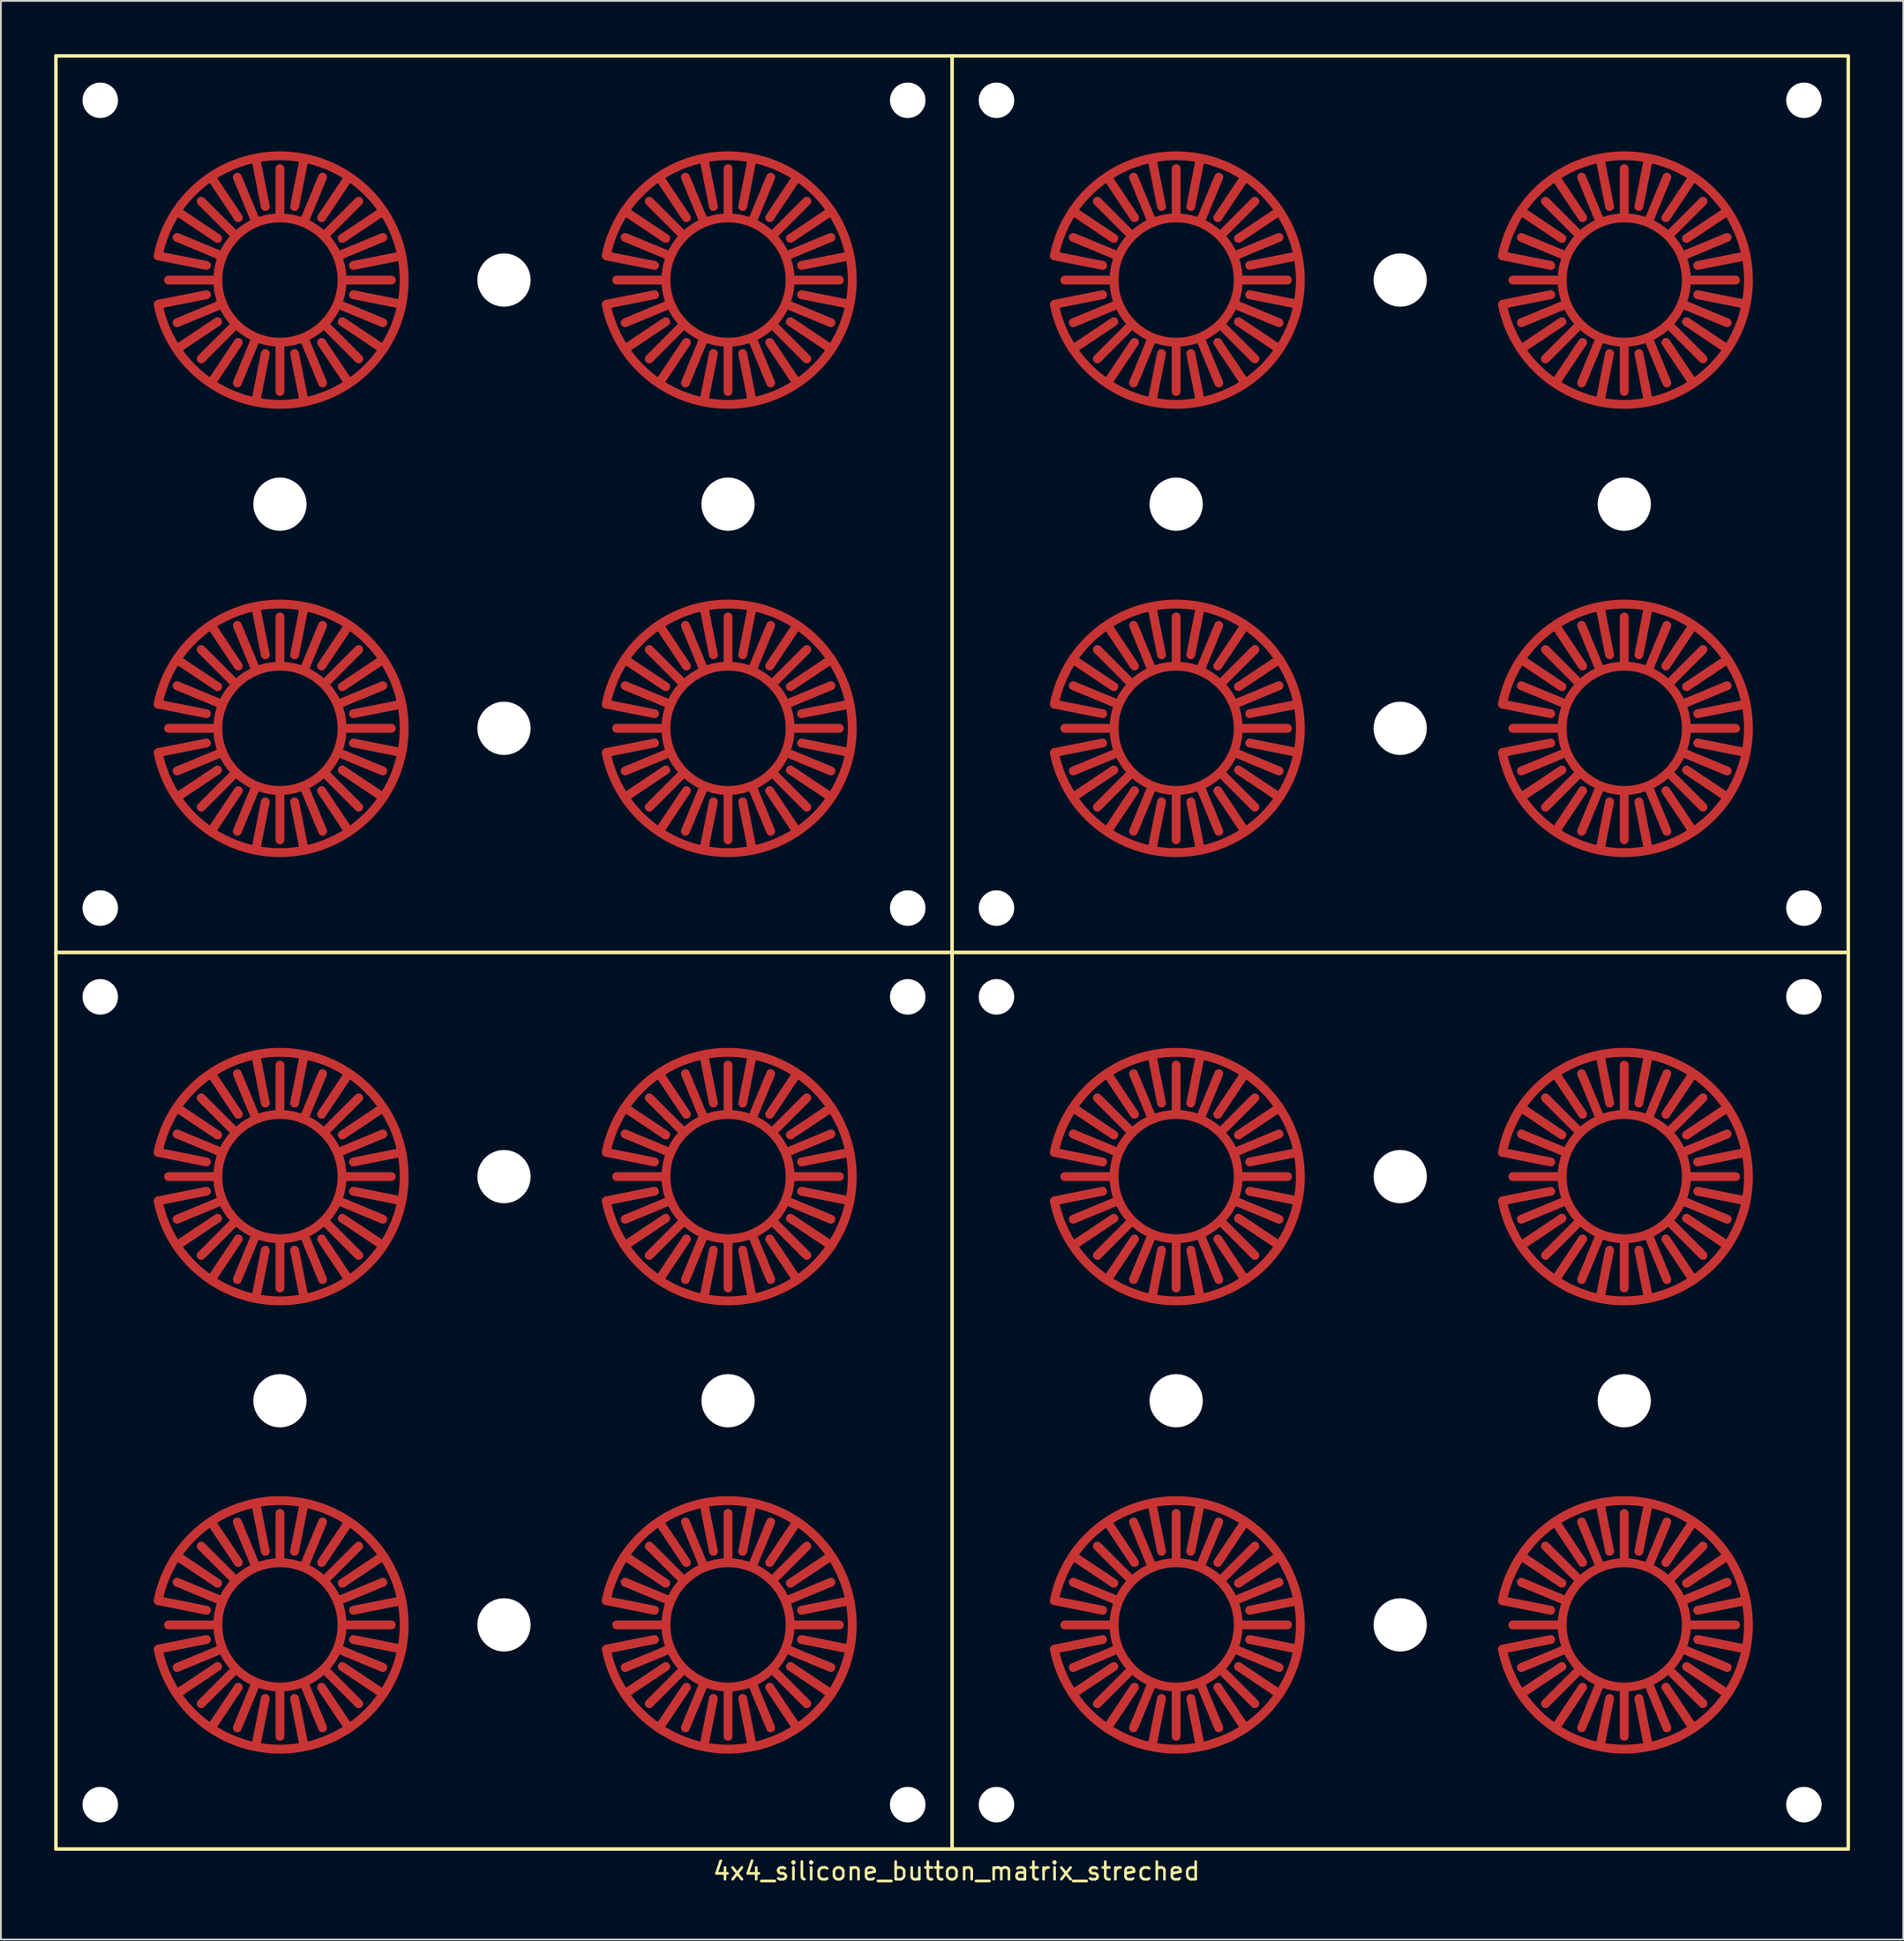
<source format=kicad_pcb>
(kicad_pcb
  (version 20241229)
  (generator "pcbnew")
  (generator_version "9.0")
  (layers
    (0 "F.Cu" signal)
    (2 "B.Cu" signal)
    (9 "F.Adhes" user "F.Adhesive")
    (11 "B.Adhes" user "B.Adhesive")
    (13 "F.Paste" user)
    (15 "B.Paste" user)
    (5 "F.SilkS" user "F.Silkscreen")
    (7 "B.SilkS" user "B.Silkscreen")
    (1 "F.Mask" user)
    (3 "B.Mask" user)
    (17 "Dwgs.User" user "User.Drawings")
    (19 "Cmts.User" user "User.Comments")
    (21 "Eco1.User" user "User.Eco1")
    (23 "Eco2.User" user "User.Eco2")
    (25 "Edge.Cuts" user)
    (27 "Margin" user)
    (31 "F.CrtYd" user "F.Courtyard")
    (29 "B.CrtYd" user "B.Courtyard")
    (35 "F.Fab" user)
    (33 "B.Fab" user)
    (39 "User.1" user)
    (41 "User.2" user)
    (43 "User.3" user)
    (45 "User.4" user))
  (footprint "4x4_silicone_button_matrix_streched"
    (layer "F.Cu")
    (at 50.6 50.6)
    (property "Reference" "4x4_silicone_button_matrix_streched" (at 0.25 51.75 0) (layer "F.SilkS") (effects (font (size 1 1) (thickness 0.15))))
    (attr through_hole)
    (fp_arc (start -44.740497 -39.240632) (mid -30.875003 -37.881109) (end -44.738103 -36.497387) (stroke (width 0.5) (type solid)) (layer "F.Cu"))
    (fp_arc (start -44.740497 -13.990632) (mid -30.875003 -12.631109) (end -44.738103 -11.247387) (stroke (width 0.5) (type solid)) (layer "F.Cu"))
    (fp_arc (start -44.740497 11.259368) (mid -30.875003 12.618891) (end -44.738103 14.002613) (stroke (width 0.5) (type solid)) (layer "F.Cu"))
    (fp_arc (start -44.740497 36.509368) (mid -30.875003 37.868891) (end -44.738103 39.252613) (stroke (width 0.5) (type solid)) (layer "F.Cu"))
    (fp_arc (start -19.490497 -39.240632) (mid -5.625003 -37.881109) (end -19.488103 -36.497387) (stroke (width 0.5) (type solid)) (layer "F.Cu"))
    (fp_arc (start -19.490497 -13.990632) (mid -5.625003 -12.631109) (end -19.488103 -11.247387) (stroke (width 0.5) (type solid)) (layer "F.Cu"))
    (fp_arc (start -19.490497 11.259368) (mid -5.625003 12.618891) (end -19.488103 14.002613) (stroke (width 0.5) (type solid)) (layer "F.Cu"))
    (fp_arc (start -19.490497 36.509368) (mid -5.625003 37.868891) (end -19.488103 39.252613) (stroke (width 0.5) (type solid)) (layer "F.Cu"))
    (fp_arc (start 5.759503 -39.240632) (mid 19.624997 -37.881109) (end 5.761897 -36.497387) (stroke (width 0.5) (type solid)) (layer "F.Cu"))
    (fp_arc (start 5.759503 -13.990632) (mid 19.624997 -12.631109) (end 5.761897 -11.247387) (stroke (width 0.5) (type solid)) (layer "F.Cu"))
    (fp_arc (start 5.759503 11.259368) (mid 19.624997 12.618891) (end 5.761897 14.002613) (stroke (width 0.5) (type solid)) (layer "F.Cu"))
    (fp_arc (start 5.759503 36.509368) (mid 19.624997 37.868891) (end 5.761897 39.252613) (stroke (width 0.5) (type solid)) (layer "F.Cu"))
    (fp_arc (start 31.009503 -39.240632) (mid 44.874997 -37.881109) (end 31.011897 -36.497387) (stroke (width 0.5) (type solid)) (layer "F.Cu"))
    (fp_arc (start 31.009503 -13.990632) (mid 44.874997 -12.631109) (end 31.011897 -11.247387) (stroke (width 0.5) (type solid)) (layer "F.Cu"))
    (fp_arc (start 31.009503 11.259368) (mid 44.874997 12.618891) (end 31.011897 14.002613) (stroke (width 0.5) (type solid)) (layer "F.Cu"))
    (fp_arc (start 31.009503 36.509368) (mid 44.874997 37.868891) (end 31.011897 39.252613) (stroke (width 0.5) (type solid)) (layer "F.Cu"))
    (fp_circle (center -37.875 -37.875) (end -37.875 -34.375) (stroke (width 0.5) (type solid)) (fill no) (layer "F.Cu"))
    (fp_circle (center -37.875 -12.625) (end -37.875 -9.125) (stroke (width 0.5) (type solid)) (fill no) (layer "F.Cu"))
    (fp_circle (center -37.875 12.625) (end -37.875 16.125) (stroke (width 0.5) (type solid)) (fill no) (layer "F.Cu"))
    (fp_circle (center -37.875 37.875) (end -37.875 41.375) (stroke (width 0.5) (type solid)) (fill no) (layer "F.Cu"))
    (fp_circle (center -12.625 -37.875) (end -12.625 -34.375) (stroke (width 0.5) (type solid)) (fill no) (layer "F.Cu"))
    (fp_circle (center -12.625 -12.625) (end -12.625 -9.125) (stroke (width 0.5) (type solid)) (fill no) (layer "F.Cu"))
    (fp_circle (center -12.625 12.625) (end -12.625 16.125) (stroke (width 0.5) (type solid)) (fill no) (layer "F.Cu"))
    (fp_circle (center -12.625 37.875) (end -12.625 41.375) (stroke (width 0.5) (type solid)) (fill no) (layer "F.Cu"))
    (fp_circle (center 12.625 -37.875) (end 12.625 -34.375) (stroke (width 0.5) (type solid)) (fill no) (layer "F.Cu"))
    (fp_circle (center 12.625 -12.625) (end 12.625 -9.125) (stroke (width 0.5) (type solid)) (fill no) (layer "F.Cu"))
    (fp_circle (center 12.625 12.625) (end 12.625 16.125) (stroke (width 0.5) (type solid)) (fill no) (layer "F.Cu"))
    (fp_circle (center 12.625 37.875) (end 12.625 41.375) (stroke (width 0.5) (type solid)) (fill no) (layer "F.Cu"))
    (fp_circle (center 37.875 -37.875) (end 37.875 -34.375) (stroke (width 0.5) (type solid)) (fill no) (layer "F.Cu"))
    (fp_circle (center 37.875 -12.625) (end 37.875 -9.125) (stroke (width 0.5) (type solid)) (fill no) (layer "F.Cu"))
    (fp_circle (center 37.875 12.625) (end 37.875 16.125) (stroke (width 0.5) (type solid)) (fill no) (layer "F.Cu"))
    (fp_circle (center 37.875 37.875) (end 37.875 41.375) (stroke (width 0.5) (type solid)) (fill no) (layer "F.Cu"))
    (fp_circle (center -37.875 -37.875) (end -37.875 -32.625) (stroke (width 4.5) (type solid)) (fill no) (layer "F.Mask"))
    (fp_circle (center -37.875 -12.625) (end -37.875 -7.375) (stroke (width 4.5) (type solid)) (fill no) (layer "F.Mask"))
    (fp_circle (center -37.875 12.625) (end -37.875 17.875) (stroke (width 4.5) (type solid)) (fill no) (layer "F.Mask"))
    (fp_circle (center -37.875 37.875) (end -37.875 43.125) (stroke (width 4.5) (type solid)) (fill no) (layer "F.Mask"))
    (fp_circle (center -12.625 -37.875) (end -12.625 -32.625) (stroke (width 4.5) (type solid)) (fill no) (layer "F.Mask"))
    (fp_circle (center -12.625 -12.625) (end -12.625 -7.375) (stroke (width 4.5) (type solid)) (fill no) (layer "F.Mask"))
    (fp_circle (center -12.625 12.625) (end -12.625 17.875) (stroke (width 4.5) (type solid)) (fill no) (layer "F.Mask"))
    (fp_circle (center -12.625 37.875) (end -12.625 43.125) (stroke (width 4.5) (type solid)) (fill no) (layer "F.Mask"))
    (fp_circle (center 12.625 -37.875) (end 12.625 -32.625) (stroke (width 4.5) (type solid)) (fill no) (layer "F.Mask"))
    (fp_circle (center 12.625 -12.625) (end 12.625 -7.375) (stroke (width 4.5) (type solid)) (fill no) (layer "F.Mask"))
    (fp_circle (center 12.625 12.625) (end 12.625 17.875) (stroke (width 4.5) (type solid)) (fill no) (layer "F.Mask"))
    (fp_circle (center 12.625 37.875) (end 12.625 43.125) (stroke (width 4.5) (type solid)) (fill no) (layer "F.Mask"))
    (fp_circle (center 37.875 -37.875) (end 37.875 -32.625) (stroke (width 4.5) (type solid)) (fill no) (layer "F.Mask"))
    (fp_circle (center 37.875 -12.625) (end 37.875 -7.375) (stroke (width 4.5) (type solid)) (fill no) (layer "F.Mask"))
    (fp_circle (center 37.875 12.625) (end 37.875 17.875) (stroke (width 4.5) (type solid)) (fill no) (layer "F.Mask"))
    (fp_circle (center 37.875 37.875) (end 37.875 43.125) (stroke (width 4.5) (type solid)) (fill no) (layer "F.Mask"))
    (fp_line (start -50.5 -50.5) (end -50.5 0) (stroke (width 0.2) (type solid)) (layer "F.SilkS"))
    (fp_line (start -50.5 -50.5) (end 0 -50.5) (stroke (width 0.2) (type solid)) (layer "F.SilkS"))
    (fp_line (start -50.5 0) (end -50.5 50.5) (stroke (width 0.2) (type solid)) (layer "F.SilkS"))
    (fp_line (start -50.5 0) (end 0 0) (stroke (width 0.2) (type solid)) (layer "F.SilkS"))
    (fp_line (start -50.5 50.5) (end 0 50.5) (stroke (width 0.2) (type solid)) (layer "F.SilkS"))
    (fp_line (start 0 -50.5) (end 0 0) (stroke (width 0.2) (type solid)) (layer "F.SilkS"))
    (fp_line (start 0 -50.5) (end 50.5 -50.5) (stroke (width 0.2) (type solid)) (layer "F.SilkS"))
    (fp_line (start 0 0) (end 0 50.5) (stroke (width 0.2) (type solid)) (layer "F.SilkS"))
    (fp_line (start 0 0) (end 50.5 0) (stroke (width 0.2) (type solid)) (layer "F.SilkS"))
    (fp_line (start 0 50.5) (end 50.5 50.5) (stroke (width 0.2) (type solid)) (layer "F.SilkS"))
    (fp_line (start 50.5 -50.5) (end 50.5 0) (stroke (width 0.2) (type solid)) (layer "F.SilkS"))
    (fp_line (start 50.5 0) (end 50.5 50.5) (stroke (width 0.2) (type solid)) (layer "F.SilkS"))
    (pad "" np_thru_hole circle (at -48 -48 90) (size 2 2) (drill 2) (layers "*.Cu" "*.Mask"))
    (pad "" np_thru_hole circle (at -48 -2.5 90) (size 2 2) (drill 2) (layers "*.Cu" "*.Mask"))
    (pad "" np_thru_hole circle (at -48 2.5 90) (size 2 2) (drill 2) (layers "*.Cu" "*.Mask"))
    (pad "" np_thru_hole circle (at -48 48 90) (size 2 2) (drill 2) (layers "*.Cu" "*.Mask"))
    (pad "" smd oval (at -42.531 -40.986 56.25) (size 0.5 3.25) (layers "F.Cu" "F.Mask" "F.Paste"))
    (pad "" smd oval (at -42.531 -34.764 123.75) (size 0.5 3.25) (layers "F.Cu" "F.Mask" "F.Paste"))
    (pad "" smd oval (at -42.531 -15.736 56.25) (size 0.5 3.25) (layers "F.Cu" "F.Mask" "F.Paste"))
    (pad "" smd oval (at -42.531 -9.514 123.75) (size 0.5 3.25) (layers "F.Cu" "F.Mask" "F.Paste"))
    (pad "" smd oval (at -42.531 9.514 56.25) (size 0.5 3.25) (layers "F.Cu" "F.Mask" "F.Paste"))
    (pad "" smd oval (at -42.531 15.736 123.75) (size 0.5 3.25) (layers "F.Cu" "F.Mask" "F.Paste"))
    (pad "" smd oval (at -42.531 34.764 56.25) (size 0.5 3.25) (layers "F.Cu" "F.Mask" "F.Paste"))
    (pad "" smd oval (at -42.531 40.986 123.75) (size 0.5 3.25) (layers "F.Cu" "F.Mask" "F.Paste"))
    (pad "" smd oval (at -42.402 -39.75 67.5) (size 0.5 3.25) (layers "F.Cu" "F.Mask" "F.Paste"))
    (pad "" smd oval (at -42.402 -36 112.5) (size 0.5 3.25) (layers "F.Cu" "F.Mask" "F.Paste"))
    (pad "" smd oval (at -42.402 -14.5 67.5) (size 0.5 3.25) (layers "F.Cu" "F.Mask" "F.Paste"))
    (pad "" smd oval (at -42.402 -10.75 112.5) (size 0.5 3.25) (layers "F.Cu" "F.Mask" "F.Paste"))
    (pad "" smd oval (at -42.402 10.75 67.5) (size 0.5 3.25) (layers "F.Cu" "F.Mask" "F.Paste"))
    (pad "" smd oval (at -42.402 14.5 112.5) (size 0.5 3.25) (layers "F.Cu" "F.Mask" "F.Paste"))
    (pad "" smd oval (at -42.402 36 67.5) (size 0.5 3.25) (layers "F.Cu" "F.Mask" "F.Paste"))
    (pad "" smd oval (at -42.402 39.75 112.5) (size 0.5 3.25) (layers "F.Cu" "F.Mask" "F.Paste"))
    (pad "" smd oval (at -41.34 -41.34 45) (size 0.5 3.25) (layers "F.Cu" "F.Mask" "F.Paste"))
    (pad "" smd oval (at -41.34 -34.41 135) (size 0.5 3.25) (layers "F.Cu" "F.Mask" "F.Paste"))
    (pad "" smd oval (at -41.34 -16.09 45) (size 0.5 3.25) (layers "F.Cu" "F.Mask" "F.Paste"))
    (pad "" smd oval (at -41.34 -9.16 135) (size 0.5 3.25) (layers "F.Cu" "F.Mask" "F.Paste"))
    (pad "" smd oval (at -41.34 9.16 45) (size 0.5 3.25) (layers "F.Cu" "F.Mask" "F.Paste"))
    (pad "" smd oval (at -41.34 16.09 135) (size 0.5 3.25) (layers "F.Cu" "F.Mask" "F.Paste"))
    (pad "" smd oval (at -41.34 34.41 45) (size 0.5 3.25) (layers "F.Cu" "F.Mask" "F.Paste"))
    (pad "" smd oval (at -41.34 41.34 135) (size 0.5 3.25) (layers "F.Cu" "F.Mask" "F.Paste"))
    (pad "" smd oval (at -40.986 -42.531 33.75) (size 0.5 3.25) (layers "F.Cu" "F.Mask" "F.Paste"))
    (pad "" smd oval (at -40.986 -33.219 146.25) (size 0.5 3.25) (layers "F.Cu" "F.Mask" "F.Paste"))
    (pad "" smd oval (at -40.986 -17.281 33.75) (size 0.5 3.25) (layers "F.Cu" "F.Mask" "F.Paste"))
    (pad "" smd oval (at -40.986 -7.969 146.25) (size 0.5 3.25) (layers "F.Cu" "F.Mask" "F.Paste"))
    (pad "" smd oval (at -40.986 7.969 33.75) (size 0.5 3.25) (layers "F.Cu" "F.Mask" "F.Paste"))
    (pad "" smd oval (at -40.986 17.281 146.25) (size 0.5 3.25) (layers "F.Cu" "F.Mask" "F.Paste"))
    (pad "" smd oval (at -40.986 33.219 33.75) (size 0.5 3.25) (layers "F.Cu" "F.Mask" "F.Paste"))
    (pad "" smd oval (at -40.986 42.531 146.25) (size 0.5 3.25) (layers "F.Cu" "F.Mask" "F.Paste"))
    (pad "" smd oval (at -39.75 -42.402 22.5) (size 0.5 3.25) (layers "F.Cu" "F.Mask" "F.Paste"))
    (pad "" smd oval (at -39.75 -33.348 157.5) (size 0.5 3.25) (layers "F.Cu" "F.Mask" "F.Paste"))
    (pad "" smd oval (at -39.75 -17.152 22.5) (size 0.5 3.25) (layers "F.Cu" "F.Mask" "F.Paste"))
    (pad "" smd oval (at -39.75 -8.098 157.5) (size 0.5 3.25) (layers "F.Cu" "F.Mask" "F.Paste"))
    (pad "" smd oval (at -39.75 8.098 22.5) (size 0.5 3.25) (layers "F.Cu" "F.Mask" "F.Paste"))
    (pad "" smd oval (at -39.75 17.152 157.5) (size 0.5 3.25) (layers "F.Cu" "F.Mask" "F.Paste"))
    (pad "" smd oval (at -39.75 33.348 22.5) (size 0.5 3.25) (layers "F.Cu" "F.Mask" "F.Paste"))
    (pad "" smd oval (at -39.75 42.402 157.5) (size 0.5 3.25) (layers "F.Cu" "F.Mask" "F.Paste"))
    (pad "" smd oval (at -38.968 -43.367 11.25) (size 0.5 3.25) (layers "F.Cu" "F.Mask" "F.Paste"))
    (pad "" smd oval (at -38.968 -32.383 168.75) (size 0.5 3.25) (layers "F.Cu" "F.Mask" "F.Paste"))
    (pad "" smd oval (at -38.968 -18.117 11.25) (size 0.5 3.25) (layers "F.Cu" "F.Mask" "F.Paste"))
    (pad "" smd oval (at -38.968 -7.133 168.75) (size 0.5 3.25) (layers "F.Cu" "F.Mask" "F.Paste"))
    (pad "" smd oval (at -38.968 7.133 11.25) (size 0.5 3.25) (layers "F.Cu" "F.Mask" "F.Paste"))
    (pad "" smd oval (at -38.968 18.117 168.75) (size 0.5 3.25) (layers "F.Cu" "F.Mask" "F.Paste"))
    (pad "" smd oval (at -38.968 32.383 11.25) (size 0.5 3.25) (layers "F.Cu" "F.Mask" "F.Paste"))
    (pad "" smd oval (at -38.968 43.367 168.75) (size 0.5 3.25) (layers "F.Cu" "F.Mask" "F.Paste"))
    (pad "" smd oval (at -37.875 -42.775) (size 0.5 3.25) (layers "F.Cu" "F.Mask" "F.Paste"))
    (pad "" smd oval (at -37.875 -32.975 180) (size 0.5 3.25) (layers "F.Cu" "F.Mask" "F.Paste"))
    (pad "" np_thru_hole circle (at -37.875 -25.25 90) (size 3 3) (drill 3) (layers "*.Cu" "*.Mask"))
    (pad "" smd oval (at -37.875 -17.525) (size 0.5 3.25) (layers "F.Cu" "F.Mask" "F.Paste"))
    (pad "" smd oval (at -37.875 -7.725 180) (size 0.5 3.25) (layers "F.Cu" "F.Mask" "F.Paste"))
    (pad "" smd oval (at -37.875 7.725) (size 0.5 3.25) (layers "F.Cu" "F.Mask" "F.Paste"))
    (pad "" smd oval (at -37.875 17.525 180) (size 0.5 3.25) (layers "F.Cu" "F.Mask" "F.Paste"))
    (pad "" np_thru_hole circle (at -37.875 25.25 90) (size 3 3) (drill 3) (layers "*.Cu" "*.Mask"))
    (pad "" smd oval (at -37.875 32.975) (size 0.5 3.25) (layers "F.Cu" "F.Mask" "F.Paste"))
    (pad "" smd oval (at -37.875 42.775 180) (size 0.5 3.25) (layers "F.Cu" "F.Mask" "F.Paste"))
    (pad "" smd oval (at -36.782 -43.367 348.75) (size 0.5 3.25) (layers "F.Cu" "F.Mask" "F.Paste"))
    (pad "" smd oval (at -36.782 -32.383 191.25) (size 0.5 3.25) (layers "F.Cu" "F.Mask" "F.Paste"))
    (pad "" smd oval (at -36.782 -18.117 348.75) (size 0.5 3.25) (layers "F.Cu" "F.Mask" "F.Paste"))
    (pad "" smd oval (at -36.782 -7.133 191.25) (size 0.5 3.25) (layers "F.Cu" "F.Mask" "F.Paste"))
    (pad "" smd oval (at -36.782 7.133 348.75) (size 0.5 3.25) (layers "F.Cu" "F.Mask" "F.Paste"))
    (pad "" smd oval (at -36.782 18.117 191.25) (size 0.5 3.25) (layers "F.Cu" "F.Mask" "F.Paste"))
    (pad "" smd oval (at -36.782 32.383 348.75) (size 0.5 3.25) (layers "F.Cu" "F.Mask" "F.Paste"))
    (pad "" smd oval (at -36.782 43.367 191.25) (size 0.5 3.25) (layers "F.Cu" "F.Mask" "F.Paste"))
    (pad "" smd oval (at -36 -42.402 337.5) (size 0.5 3.25) (layers "F.Cu" "F.Mask" "F.Paste"))
    (pad "" smd oval (at -36 -33.348 202.5) (size 0.5 3.25) (layers "F.Cu" "F.Mask" "F.Paste"))
    (pad "" smd oval (at -36 -17.152 337.5) (size 0.5 3.25) (layers "F.Cu" "F.Mask" "F.Paste"))
    (pad "" smd oval (at -36 -8.098 202.5) (size 0.5 3.25) (layers "F.Cu" "F.Mask" "F.Paste"))
    (pad "" smd oval (at -36 8.098 337.5) (size 0.5 3.25) (layers "F.Cu" "F.Mask" "F.Paste"))
    (pad "" smd oval (at -36 17.152 202.5) (size 0.5 3.25) (layers "F.Cu" "F.Mask" "F.Paste"))
    (pad "" smd oval (at -36 33.348 337.5) (size 0.5 3.25) (layers "F.Cu" "F.Mask" "F.Paste"))
    (pad "" smd oval (at -36 42.402 202.5) (size 0.5 3.25) (layers "F.Cu" "F.Mask" "F.Paste"))
    (pad "" smd oval (at -34.764 -42.531 326.25) (size 0.5 3.25) (layers "F.Cu" "F.Mask" "F.Paste"))
    (pad "" smd oval (at -34.764 -33.219 213.75) (size 0.5 3.25) (layers "F.Cu" "F.Mask" "F.Paste"))
    (pad "" smd oval (at -34.764 -17.281 326.25) (size 0.5 3.25) (layers "F.Cu" "F.Mask" "F.Paste"))
    (pad "" smd oval (at -34.764 -7.969 213.75) (size 0.5 3.25) (layers "F.Cu" "F.Mask" "F.Paste"))
    (pad "" smd oval (at -34.764 7.969 326.25) (size 0.5 3.25) (layers "F.Cu" "F.Mask" "F.Paste"))
    (pad "" smd oval (at -34.764 17.281 213.75) (size 0.5 3.25) (layers "F.Cu" "F.Mask" "F.Paste"))
    (pad "" smd oval (at -34.764 33.219 326.25) (size 0.5 3.25) (layers "F.Cu" "F.Mask" "F.Paste"))
    (pad "" smd oval (at -34.764 42.531 213.75) (size 0.5 3.25) (layers "F.Cu" "F.Mask" "F.Paste"))
    (pad "" smd oval (at -34.41 -41.34 315) (size 0.5 3.25) (layers "F.Cu" "F.Mask" "F.Paste"))
    (pad "" smd oval (at -34.41 -34.41 225) (size 0.5 3.25) (layers "F.Cu" "F.Mask" "F.Paste"))
    (pad "" smd oval (at -34.41 -16.09 315) (size 0.5 3.25) (layers "F.Cu" "F.Mask" "F.Paste"))
    (pad "" smd oval (at -34.41 -9.16 225) (size 0.5 3.25) (layers "F.Cu" "F.Mask" "F.Paste"))
    (pad "" smd oval (at -34.41 9.16 315) (size 0.5 3.25) (layers "F.Cu" "F.Mask" "F.Paste"))
    (pad "" smd oval (at -34.41 16.09 225) (size 0.5 3.25) (layers "F.Cu" "F.Mask" "F.Paste"))
    (pad "" smd oval (at -34.41 34.41 315) (size 0.5 3.25) (layers "F.Cu" "F.Mask" "F.Paste"))
    (pad "" smd oval (at -34.41 41.34 225) (size 0.5 3.25) (layers "F.Cu" "F.Mask" "F.Paste"))
    (pad "" smd oval (at -33.348 -39.75 292.5) (size 0.5 3.25) (layers "F.Cu" "F.Mask" "F.Paste"))
    (pad "" smd oval (at -33.348 -36 247.5) (size 0.5 3.25) (layers "F.Cu" "F.Mask" "F.Paste"))
    (pad "" smd oval (at -33.348 -14.5 292.5) (size 0.5 3.25) (layers "F.Cu" "F.Mask" "F.Paste"))
    (pad "" smd oval (at -33.348 -10.75 247.5) (size 0.5 3.25) (layers "F.Cu" "F.Mask" "F.Paste"))
    (pad "" smd oval (at -33.348 10.75 292.5) (size 0.5 3.25) (layers "F.Cu" "F.Mask" "F.Paste"))
    (pad "" smd oval (at -33.348 14.5 247.5) (size 0.5 3.25) (layers "F.Cu" "F.Mask" "F.Paste"))
    (pad "" smd oval (at -33.348 36 292.5) (size 0.5 3.25) (layers "F.Cu" "F.Mask" "F.Paste"))
    (pad "" smd oval (at -33.348 39.75 247.5) (size 0.5 3.25) (layers "F.Cu" "F.Mask" "F.Paste"))
    (pad "" smd oval (at -33.219 -40.986 303.75) (size 0.5 3.25) (layers "F.Cu" "F.Mask" "F.Paste"))
    (pad "" smd oval (at -33.219 -34.764 236.25) (size 0.5 3.25) (layers "F.Cu" "F.Mask" "F.Paste"))
    (pad "" smd oval (at -33.219 -15.736 303.75) (size 0.5 3.25) (layers "F.Cu" "F.Mask" "F.Paste"))
    (pad "" smd oval (at -33.219 -9.514 236.25) (size 0.5 3.25) (layers "F.Cu" "F.Mask" "F.Paste"))
    (pad "" smd oval (at -33.219 9.514 303.75) (size 0.5 3.25) (layers "F.Cu" "F.Mask" "F.Paste"))
    (pad "" smd oval (at -33.219 15.736 236.25) (size 0.5 3.25) (layers "F.Cu" "F.Mask" "F.Paste"))
    (pad "" smd oval (at -33.219 34.764 303.75) (size 0.5 3.25) (layers "F.Cu" "F.Mask" "F.Paste"))
    (pad "" smd oval (at -33.219 40.986 236.25) (size 0.5 3.25) (layers "F.Cu" "F.Mask" "F.Paste"))
    (pad "" smd oval (at -32.975 -37.875 270) (size 0.5 3.25) (layers "F.Cu" "F.Mask" "F.Paste"))
    (pad "" smd oval (at -32.975 -12.625 270) (size 0.5 3.25) (layers "F.Cu" "F.Mask" "F.Paste"))
    (pad "" smd oval (at -32.975 12.625 270) (size 0.5 3.25) (layers "F.Cu" "F.Mask" "F.Paste"))
    (pad "" smd oval (at -32.975 37.875 270) (size 0.5 3.25) (layers "F.Cu" "F.Mask" "F.Paste"))
    (pad "" smd oval (at -32.383 -38.968 281.25) (size 0.5 3.25) (layers "F.Cu" "F.Mask" "F.Paste"))
    (pad "" smd oval (at -32.383 -36.782 258.75) (size 0.5 3.25) (layers "F.Cu" "F.Mask" "F.Paste"))
    (pad "" smd oval (at -32.383 -13.718 281.25) (size 0.5 3.25) (layers "F.Cu" "F.Mask" "F.Paste"))
    (pad "" smd oval (at -32.383 -11.532 258.75) (size 0.5 3.25) (layers "F.Cu" "F.Mask" "F.Paste"))
    (pad "" smd oval (at -32.383 11.532 281.25) (size 0.5 3.25) (layers "F.Cu" "F.Mask" "F.Paste"))
    (pad "" smd oval (at -32.383 13.718 258.75) (size 0.5 3.25) (layers "F.Cu" "F.Mask" "F.Paste"))
    (pad "" smd oval (at -32.383 36.782 281.25) (size 0.5 3.25) (layers "F.Cu" "F.Mask" "F.Paste"))
    (pad "" smd oval (at -32.383 38.968 258.75) (size 0.5 3.25) (layers "F.Cu" "F.Mask" "F.Paste"))
    (pad "" np_thru_hole circle (at -25.25 -37.875 90) (size 3 3) (drill 3) (layers "*.Cu" "*.Mask"))
    (pad "" np_thru_hole circle (at -25.25 -12.625 90) (size 3 3) (drill 3) (layers "*.Cu" "*.Mask"))
    (pad "" np_thru_hole circle (at -25.25 12.625 90) (size 3 3) (drill 3) (layers "*.Cu" "*.Mask"))
    (pad "" np_thru_hole circle (at -25.25 37.875 90) (size 3 3) (drill 3) (layers "*.Cu" "*.Mask"))
    (pad "" smd oval (at -17.281 -40.986 56.25) (size 0.5 3.25) (layers "F.Cu" "F.Mask" "F.Paste"))
    (pad "" smd oval (at -17.281 -34.764 123.75) (size 0.5 3.25) (layers "F.Cu" "F.Mask" "F.Paste"))
    (pad "" smd oval (at -17.281 -15.736 56.25) (size 0.5 3.25) (layers "F.Cu" "F.Mask" "F.Paste"))
    (pad "" smd oval (at -17.281 -9.514 123.75) (size 0.5 3.25) (layers "F.Cu" "F.Mask" "F.Paste"))
    (pad "" smd oval (at -17.281 9.514 56.25) (size 0.5 3.25) (layers "F.Cu" "F.Mask" "F.Paste"))
    (pad "" smd oval (at -17.281 15.736 123.75) (size 0.5 3.25) (layers "F.Cu" "F.Mask" "F.Paste"))
    (pad "" smd oval (at -17.281 34.764 56.25) (size 0.5 3.25) (layers "F.Cu" "F.Mask" "F.Paste"))
    (pad "" smd oval (at -17.281 40.986 123.75) (size 0.5 3.25) (layers "F.Cu" "F.Mask" "F.Paste"))
    (pad "" smd oval (at -17.152 -39.75 67.5) (size 0.5 3.25) (layers "F.Cu" "F.Mask" "F.Paste"))
    (pad "" smd oval (at -17.152 -36 112.5) (size 0.5 3.25) (layers "F.Cu" "F.Mask" "F.Paste"))
    (pad "" smd oval (at -17.152 -14.5 67.5) (size 0.5 3.25) (layers "F.Cu" "F.Mask" "F.Paste"))
    (pad "" smd oval (at -17.152 -10.75 112.5) (size 0.5 3.25) (layers "F.Cu" "F.Mask" "F.Paste"))
    (pad "" smd oval (at -17.152 10.75 67.5) (size 0.5 3.25) (layers "F.Cu" "F.Mask" "F.Paste"))
    (pad "" smd oval (at -17.152 14.5 112.5) (size 0.5 3.25) (layers "F.Cu" "F.Mask" "F.Paste"))
    (pad "" smd oval (at -17.152 36 67.5) (size 0.5 3.25) (layers "F.Cu" "F.Mask" "F.Paste"))
    (pad "" smd oval (at -17.152 39.75 112.5) (size 0.5 3.25) (layers "F.Cu" "F.Mask" "F.Paste"))
    (pad "" smd oval (at -16.09 -41.34 45) (size 0.5 3.25) (layers "F.Cu" "F.Mask" "F.Paste"))
    (pad "" smd oval (at -16.09 -34.41 135) (size 0.5 3.25) (layers "F.Cu" "F.Mask" "F.Paste"))
    (pad "" smd oval (at -16.09 -16.09 45) (size 0.5 3.25) (layers "F.Cu" "F.Mask" "F.Paste"))
    (pad "" smd oval (at -16.09 -9.16 135) (size 0.5 3.25) (layers "F.Cu" "F.Mask" "F.Paste"))
    (pad "" smd oval (at -16.09 9.16 45) (size 0.5 3.25) (layers "F.Cu" "F.Mask" "F.Paste"))
    (pad "" smd oval (at -16.09 16.09 135) (size 0.5 3.25) (layers "F.Cu" "F.Mask" "F.Paste"))
    (pad "" smd oval (at -16.09 34.41 45) (size 0.5 3.25) (layers "F.Cu" "F.Mask" "F.Paste"))
    (pad "" smd oval (at -16.09 41.34 135) (size 0.5 3.25) (layers "F.Cu" "F.Mask" "F.Paste"))
    (pad "" smd oval (at -15.736 -42.531 33.75) (size 0.5 3.25) (layers "F.Cu" "F.Mask" "F.Paste"))
    (pad "" smd oval (at -15.736 -33.219 146.25) (size 0.5 3.25) (layers "F.Cu" "F.Mask" "F.Paste"))
    (pad "" smd oval (at -15.736 -17.281 33.75) (size 0.5 3.25) (layers "F.Cu" "F.Mask" "F.Paste"))
    (pad "" smd oval (at -15.736 -7.969 146.25) (size 0.5 3.25) (layers "F.Cu" "F.Mask" "F.Paste"))
    (pad "" smd oval (at -15.736 7.969 33.75) (size 0.5 3.25) (layers "F.Cu" "F.Mask" "F.Paste"))
    (pad "" smd oval (at -15.736 17.281 146.25) (size 0.5 3.25) (layers "F.Cu" "F.Mask" "F.Paste"))
    (pad "" smd oval (at -15.736 33.219 33.75) (size 0.5 3.25) (layers "F.Cu" "F.Mask" "F.Paste"))
    (pad "" smd oval (at -15.736 42.531 146.25) (size 0.5 3.25) (layers "F.Cu" "F.Mask" "F.Paste"))
    (pad "" smd oval (at -14.5 -42.402 22.5) (size 0.5 3.25) (layers "F.Cu" "F.Mask" "F.Paste"))
    (pad "" smd oval (at -14.5 -33.348 157.5) (size 0.5 3.25) (layers "F.Cu" "F.Mask" "F.Paste"))
    (pad "" smd oval (at -14.5 -17.152 22.5) (size 0.5 3.25) (layers "F.Cu" "F.Mask" "F.Paste"))
    (pad "" smd oval (at -14.5 -8.098 157.5) (size 0.5 3.25) (layers "F.Cu" "F.Mask" "F.Paste"))
    (pad "" smd oval (at -14.5 8.098 22.5) (size 0.5 3.25) (layers "F.Cu" "F.Mask" "F.Paste"))
    (pad "" smd oval (at -14.5 17.152 157.5) (size 0.5 3.25) (layers "F.Cu" "F.Mask" "F.Paste"))
    (pad "" smd oval (at -14.5 33.348 22.5) (size 0.5 3.25) (layers "F.Cu" "F.Mask" "F.Paste"))
    (pad "" smd oval (at -14.5 42.402 157.5) (size 0.5 3.25) (layers "F.Cu" "F.Mask" "F.Paste"))
    (pad "" smd oval (at -13.718 -43.367 11.25) (size 0.5 3.25) (layers "F.Cu" "F.Mask" "F.Paste"))
    (pad "" smd oval (at -13.718 -32.383 168.75) (size 0.5 3.25) (layers "F.Cu" "F.Mask" "F.Paste"))
    (pad "" smd oval (at -13.718 -18.117 11.25) (size 0.5 3.25) (layers "F.Cu" "F.Mask" "F.Paste"))
    (pad "" smd oval (at -13.718 -7.133 168.75) (size 0.5 3.25) (layers "F.Cu" "F.Mask" "F.Paste"))
    (pad "" smd oval (at -13.718 7.133 11.25) (size 0.5 3.25) (layers "F.Cu" "F.Mask" "F.Paste"))
    (pad "" smd oval (at -13.718 18.117 168.75) (size 0.5 3.25) (layers "F.Cu" "F.Mask" "F.Paste"))
    (pad "" smd oval (at -13.718 32.383 11.25) (size 0.5 3.25) (layers "F.Cu" "F.Mask" "F.Paste"))
    (pad "" smd oval (at -13.718 43.367 168.75) (size 0.5 3.25) (layers "F.Cu" "F.Mask" "F.Paste"))
    (pad "" smd oval (at -12.625 -42.775) (size 0.5 3.25) (layers "F.Cu" "F.Mask" "F.Paste"))
    (pad "" smd oval (at -12.625 -32.975 180) (size 0.5 3.25) (layers "F.Cu" "F.Mask" "F.Paste"))
    (pad "" np_thru_hole circle (at -12.625 -25.25 90) (size 3 3) (drill 3) (layers "*.Cu" "*.Mask"))
    (pad "" smd oval (at -12.625 -17.525) (size 0.5 3.25) (layers "F.Cu" "F.Mask" "F.Paste"))
    (pad "" smd oval (at -12.625 -7.725 180) (size 0.5 3.25) (layers "F.Cu" "F.Mask" "F.Paste"))
    (pad "" smd oval (at -12.625 7.725) (size 0.5 3.25) (layers "F.Cu" "F.Mask" "F.Paste"))
    (pad "" smd oval (at -12.625 17.525 180) (size 0.5 3.25) (layers "F.Cu" "F.Mask" "F.Paste"))
    (pad "" np_thru_hole circle (at -12.625 25.25 90) (size 3 3) (drill 3) (layers "*.Cu" "*.Mask"))
    (pad "" smd oval (at -12.625 32.975) (size 0.5 3.25) (layers "F.Cu" "F.Mask" "F.Paste"))
    (pad "" smd oval (at -12.625 42.775 180) (size 0.5 3.25) (layers "F.Cu" "F.Mask" "F.Paste"))
    (pad "" smd oval (at -11.532 -43.367 348.75) (size 0.5 3.25) (layers "F.Cu" "F.Mask" "F.Paste"))
    (pad "" smd oval (at -11.532 -32.383 191.25) (size 0.5 3.25) (layers "F.Cu" "F.Mask" "F.Paste"))
    (pad "" smd oval (at -11.532 -18.117 348.75) (size 0.5 3.25) (layers "F.Cu" "F.Mask" "F.Paste"))
    (pad "" smd oval (at -11.532 -7.133 191.25) (size 0.5 3.25) (layers "F.Cu" "F.Mask" "F.Paste"))
    (pad "" smd oval (at -11.532 7.133 348.75) (size 0.5 3.25) (layers "F.Cu" "F.Mask" "F.Paste"))
    (pad "" smd oval (at -11.532 18.117 191.25) (size 0.5 3.25) (layers "F.Cu" "F.Mask" "F.Paste"))
    (pad "" smd oval (at -11.532 32.383 348.75) (size 0.5 3.25) (layers "F.Cu" "F.Mask" "F.Paste"))
    (pad "" smd oval (at -11.532 43.367 191.25) (size 0.5 3.25) (layers "F.Cu" "F.Mask" "F.Paste"))
    (pad "" smd oval (at -10.75 -42.402 337.5) (size 0.5 3.25) (layers "F.Cu" "F.Mask" "F.Paste"))
    (pad "" smd oval (at -10.75 -33.348 202.5) (size 0.5 3.25) (layers "F.Cu" "F.Mask" "F.Paste"))
    (pad "" smd oval (at -10.75 -17.152 337.5) (size 0.5 3.25) (layers "F.Cu" "F.Mask" "F.Paste"))
    (pad "" smd oval (at -10.75 -8.098 202.5) (size 0.5 3.25) (layers "F.Cu" "F.Mask" "F.Paste"))
    (pad "" smd oval (at -10.75 8.098 337.5) (size 0.5 3.25) (layers "F.Cu" "F.Mask" "F.Paste"))
    (pad "" smd oval (at -10.75 17.152 202.5) (size 0.5 3.25) (layers "F.Cu" "F.Mask" "F.Paste"))
    (pad "" smd oval (at -10.75 33.348 337.5) (size 0.5 3.25) (layers "F.Cu" "F.Mask" "F.Paste"))
    (pad "" smd oval (at -10.75 42.402 202.5) (size 0.5 3.25) (layers "F.Cu" "F.Mask" "F.Paste"))
    (pad "" smd oval (at -9.514 -42.531 326.25) (size 0.5 3.25) (layers "F.Cu" "F.Mask" "F.Paste"))
    (pad "" smd oval (at -9.514 -33.219 213.75) (size 0.5 3.25) (layers "F.Cu" "F.Mask" "F.Paste"))
    (pad "" smd oval (at -9.514 -17.281 326.25) (size 0.5 3.25) (layers "F.Cu" "F.Mask" "F.Paste"))
    (pad "" smd oval (at -9.514 -7.969 213.75) (size 0.5 3.25) (layers "F.Cu" "F.Mask" "F.Paste"))
    (pad "" smd oval (at -9.514 7.969 326.25) (size 0.5 3.25) (layers "F.Cu" "F.Mask" "F.Paste"))
    (pad "" smd oval (at -9.514 17.281 213.75) (size 0.5 3.25) (layers "F.Cu" "F.Mask" "F.Paste"))
    (pad "" smd oval (at -9.514 33.219 326.25) (size 0.5 3.25) (layers "F.Cu" "F.Mask" "F.Paste"))
    (pad "" smd oval (at -9.514 42.531 213.75) (size 0.5 3.25) (layers "F.Cu" "F.Mask" "F.Paste"))
    (pad "" smd oval (at -9.16 -41.34 315) (size 0.5 3.25) (layers "F.Cu" "F.Mask" "F.Paste"))
    (pad "" smd oval (at -9.16 -34.41 225) (size 0.5 3.25) (layers "F.Cu" "F.Mask" "F.Paste"))
    (pad "" smd oval (at -9.16 -16.09 315) (size 0.5 3.25) (layers "F.Cu" "F.Mask" "F.Paste"))
    (pad "" smd oval (at -9.16 -9.16 225) (size 0.5 3.25) (layers "F.Cu" "F.Mask" "F.Paste"))
    (pad "" smd oval (at -9.16 9.16 315) (size 0.5 3.25) (layers "F.Cu" "F.Mask" "F.Paste"))
    (pad "" smd oval (at -9.16 16.09 225) (size 0.5 3.25) (layers "F.Cu" "F.Mask" "F.Paste"))
    (pad "" smd oval (at -9.16 34.41 315) (size 0.5 3.25) (layers "F.Cu" "F.Mask" "F.Paste"))
    (pad "" smd oval (at -9.16 41.34 225) (size 0.5 3.25) (layers "F.Cu" "F.Mask" "F.Paste"))
    (pad "" smd oval (at -8.098 -39.75 292.5) (size 0.5 3.25) (layers "F.Cu" "F.Mask" "F.Paste"))
    (pad "" smd oval (at -8.098 -36 247.5) (size 0.5 3.25) (layers "F.Cu" "F.Mask" "F.Paste"))
    (pad "" smd oval (at -8.098 -14.5 292.5) (size 0.5 3.25) (layers "F.Cu" "F.Mask" "F.Paste"))
    (pad "" smd oval (at -8.098 -10.75 247.5) (size 0.5 3.25) (layers "F.Cu" "F.Mask" "F.Paste"))
    (pad "" smd oval (at -8.098 10.75 292.5) (size 0.5 3.25) (layers "F.Cu" "F.Mask" "F.Paste"))
    (pad "" smd oval (at -8.098 14.5 247.5) (size 0.5 3.25) (layers "F.Cu" "F.Mask" "F.Paste"))
    (pad "" smd oval (at -8.098 36 292.5) (size 0.5 3.25) (layers "F.Cu" "F.Mask" "F.Paste"))
    (pad "" smd oval (at -8.098 39.75 247.5) (size 0.5 3.25) (layers "F.Cu" "F.Mask" "F.Paste"))
    (pad "" smd oval (at -7.969 -40.986 303.75) (size 0.5 3.25) (layers "F.Cu" "F.Mask" "F.Paste"))
    (pad "" smd oval (at -7.969 -34.764 236.25) (size 0.5 3.25) (layers "F.Cu" "F.Mask" "F.Paste"))
    (pad "" smd oval (at -7.969 -15.736 303.75) (size 0.5 3.25) (layers "F.Cu" "F.Mask" "F.Paste"))
    (pad "" smd oval (at -7.969 -9.514 236.25) (size 0.5 3.25) (layers "F.Cu" "F.Mask" "F.Paste"))
    (pad "" smd oval (at -7.969 9.514 303.75) (size 0.5 3.25) (layers "F.Cu" "F.Mask" "F.Paste"))
    (pad "" smd oval (at -7.969 15.736 236.25) (size 0.5 3.25) (layers "F.Cu" "F.Mask" "F.Paste"))
    (pad "" smd oval (at -7.969 34.764 303.75) (size 0.5 3.25) (layers "F.Cu" "F.Mask" "F.Paste"))
    (pad "" smd oval (at -7.969 40.986 236.25) (size 0.5 3.25) (layers "F.Cu" "F.Mask" "F.Paste"))
    (pad "" smd oval (at -7.725 -37.875 270) (size 0.5 3.25) (layers "F.Cu" "F.Mask" "F.Paste"))
    (pad "" smd oval (at -7.725 -12.625 270) (size 0.5 3.25) (layers "F.Cu" "F.Mask" "F.Paste"))
    (pad "" smd oval (at -7.725 12.625 270) (size 0.5 3.25) (layers "F.Cu" "F.Mask" "F.Paste"))
    (pad "" smd oval (at -7.725 37.875 270) (size 0.5 3.25) (layers "F.Cu" "F.Mask" "F.Paste"))
    (pad "" smd oval (at -7.133 -38.968 281.25) (size 0.5 3.25) (layers "F.Cu" "F.Mask" "F.Paste"))
    (pad "" smd oval (at -7.133 -36.782 258.75) (size 0.5 3.25) (layers "F.Cu" "F.Mask" "F.Paste"))
    (pad "" smd oval (at -7.133 -13.718 281.25) (size 0.5 3.25) (layers "F.Cu" "F.Mask" "F.Paste"))
    (pad "" smd oval (at -7.133 -11.532 258.75) (size 0.5 3.25) (layers "F.Cu" "F.Mask" "F.Paste"))
    (pad "" smd oval (at -7.133 11.532 281.25) (size 0.5 3.25) (layers "F.Cu" "F.Mask" "F.Paste"))
    (pad "" smd oval (at -7.133 13.718 258.75) (size 0.5 3.25) (layers "F.Cu" "F.Mask" "F.Paste"))
    (pad "" smd oval (at -7.133 36.782 281.25) (size 0.5 3.25) (layers "F.Cu" "F.Mask" "F.Paste"))
    (pad "" smd oval (at -7.133 38.968 258.75) (size 0.5 3.25) (layers "F.Cu" "F.Mask" "F.Paste"))
    (pad "" np_thru_hole circle (at -2.5 -48 90) (size 2 2) (drill 2) (layers "*.Cu" "*.Mask"))
    (pad "" np_thru_hole circle (at -2.5 -2.5 90) (size 2 2) (drill 2) (layers "*.Cu" "*.Mask"))
    (pad "" np_thru_hole circle (at -2.5 2.5 90) (size 2 2) (drill 2) (layers "*.Cu" "*.Mask"))
    (pad "" np_thru_hole circle (at -2.5 48 90) (size 2 2) (drill 2) (layers "*.Cu" "*.Mask"))
    (pad "" np_thru_hole circle (at 2.5 -48 90) (size 2 2) (drill 2) (layers "*.Cu" "*.Mask"))
    (pad "" np_thru_hole circle (at 2.5 -2.5 90) (size 2 2) (drill 2) (layers "*.Cu" "*.Mask"))
    (pad "" np_thru_hole circle (at 2.5 2.5 90) (size 2 2) (drill 2) (layers "*.Cu" "*.Mask"))
    (pad "" np_thru_hole circle (at 2.5 48 90) (size 2 2) (drill 2) (layers "*.Cu" "*.Mask"))
    (pad "" smd oval (at 7.969 -40.986 56.25) (size 0.5 3.25) (layers "F.Cu" "F.Mask" "F.Paste"))
    (pad "" smd oval (at 7.969 -34.764 123.75) (size 0.5 3.25) (layers "F.Cu" "F.Mask" "F.Paste"))
    (pad "" smd oval (at 7.969 -15.736 56.25) (size 0.5 3.25) (layers "F.Cu" "F.Mask" "F.Paste"))
    (pad "" smd oval (at 7.969 -9.514 123.75) (size 0.5 3.25) (layers "F.Cu" "F.Mask" "F.Paste"))
    (pad "" smd oval (at 7.969 9.514 56.25) (size 0.5 3.25) (layers "F.Cu" "F.Mask" "F.Paste"))
    (pad "" smd oval (at 7.969 15.736 123.75) (size 0.5 3.25) (layers "F.Cu" "F.Mask" "F.Paste"))
    (pad "" smd oval (at 7.969 34.764 56.25) (size 0.5 3.25) (layers "F.Cu" "F.Mask" "F.Paste"))
    (pad "" smd oval (at 7.969 40.986 123.75) (size 0.5 3.25) (layers "F.Cu" "F.Mask" "F.Paste"))
    (pad "" smd oval (at 8.098 -39.75 67.5) (size 0.5 3.25) (layers "F.Cu" "F.Mask" "F.Paste"))
    (pad "" smd oval (at 8.098 -36 112.5) (size 0.5 3.25) (layers "F.Cu" "F.Mask" "F.Paste"))
    (pad "" smd oval (at 8.098 -14.5 67.5) (size 0.5 3.25) (layers "F.Cu" "F.Mask" "F.Paste"))
    (pad "" smd oval (at 8.098 -10.75 112.5) (size 0.5 3.25) (layers "F.Cu" "F.Mask" "F.Paste"))
    (pad "" smd oval (at 8.098 10.75 67.5) (size 0.5 3.25) (layers "F.Cu" "F.Mask" "F.Paste"))
    (pad "" smd oval (at 8.098 14.5 112.5) (size 0.5 3.25) (layers "F.Cu" "F.Mask" "F.Paste"))
    (pad "" smd oval (at 8.098 36 67.5) (size 0.5 3.25) (layers "F.Cu" "F.Mask" "F.Paste"))
    (pad "" smd oval (at 8.098 39.75 112.5) (size 0.5 3.25) (layers "F.Cu" "F.Mask" "F.Paste"))
    (pad "" smd oval (at 9.16 -41.34 45) (size 0.5 3.25) (layers "F.Cu" "F.Mask" "F.Paste"))
    (pad "" smd oval (at 9.16 -34.41 135) (size 0.5 3.25) (layers "F.Cu" "F.Mask" "F.Paste"))
    (pad "" smd oval (at 9.16 -16.09 45) (size 0.5 3.25) (layers "F.Cu" "F.Mask" "F.Paste"))
    (pad "" smd oval (at 9.16 -9.16 135) (size 0.5 3.25) (layers "F.Cu" "F.Mask" "F.Paste"))
    (pad "" smd oval (at 9.16 9.16 45) (size 0.5 3.25) (layers "F.Cu" "F.Mask" "F.Paste"))
    (pad "" smd oval (at 9.16 16.09 135) (size 0.5 3.25) (layers "F.Cu" "F.Mask" "F.Paste"))
    (pad "" smd oval (at 9.16 34.41 45) (size 0.5 3.25) (layers "F.Cu" "F.Mask" "F.Paste"))
    (pad "" smd oval (at 9.16 41.34 135) (size 0.5 3.25) (layers "F.Cu" "F.Mask" "F.Paste"))
    (pad "" smd oval (at 9.514 -42.531 33.75) (size 0.5 3.25) (layers "F.Cu" "F.Mask" "F.Paste"))
    (pad "" smd oval (at 9.514 -33.219 146.25) (size 0.5 3.25) (layers "F.Cu" "F.Mask" "F.Paste"))
    (pad "" smd oval (at 9.514 -17.281 33.75) (size 0.5 3.25) (layers "F.Cu" "F.Mask" "F.Paste"))
    (pad "" smd oval (at 9.514 -7.969 146.25) (size 0.5 3.25) (layers "F.Cu" "F.Mask" "F.Paste"))
    (pad "" smd oval (at 9.514 7.969 33.75) (size 0.5 3.25) (layers "F.Cu" "F.Mask" "F.Paste"))
    (pad "" smd oval (at 9.514 17.281 146.25) (size 0.5 3.25) (layers "F.Cu" "F.Mask" "F.Paste"))
    (pad "" smd oval (at 9.514 33.219 33.75) (size 0.5 3.25) (layers "F.Cu" "F.Mask" "F.Paste"))
    (pad "" smd oval (at 9.514 42.531 146.25) (size 0.5 3.25) (layers "F.Cu" "F.Mask" "F.Paste"))
    (pad "" smd oval (at 10.75 -42.402 22.5) (size 0.5 3.25) (layers "F.Cu" "F.Mask" "F.Paste"))
    (pad "" smd oval (at 10.75 -33.348 157.5) (size 0.5 3.25) (layers "F.Cu" "F.Mask" "F.Paste"))
    (pad "" smd oval (at 10.75 -17.152 22.5) (size 0.5 3.25) (layers "F.Cu" "F.Mask" "F.Paste"))
    (pad "" smd oval (at 10.75 -8.098 157.5) (size 0.5 3.25) (layers "F.Cu" "F.Mask" "F.Paste"))
    (pad "" smd oval (at 10.75 8.098 22.5) (size 0.5 3.25) (layers "F.Cu" "F.Mask" "F.Paste"))
    (pad "" smd oval (at 10.75 17.152 157.5) (size 0.5 3.25) (layers "F.Cu" "F.Mask" "F.Paste"))
    (pad "" smd oval (at 10.75 33.348 22.5) (size 0.5 3.25) (layers "F.Cu" "F.Mask" "F.Paste"))
    (pad "" smd oval (at 10.75 42.402 157.5) (size 0.5 3.25) (layers "F.Cu" "F.Mask" "F.Paste"))
    (pad "" smd oval (at 11.532 -43.367 11.25) (size 0.5 3.25) (layers "F.Cu" "F.Mask" "F.Paste"))
    (pad "" smd oval (at 11.532 -32.383 168.75) (size 0.5 3.25) (layers "F.Cu" "F.Mask" "F.Paste"))
    (pad "" smd oval (at 11.532 -18.117 11.25) (size 0.5 3.25) (layers "F.Cu" "F.Mask" "F.Paste"))
    (pad "" smd oval (at 11.532 -7.133 168.75) (size 0.5 3.25) (layers "F.Cu" "F.Mask" "F.Paste"))
    (pad "" smd oval (at 11.532 7.133 11.25) (size 0.5 3.25) (layers "F.Cu" "F.Mask" "F.Paste"))
    (pad "" smd oval (at 11.532 18.117 168.75) (size 0.5 3.25) (layers "F.Cu" "F.Mask" "F.Paste"))
    (pad "" smd oval (at 11.532 32.383 11.25) (size 0.5 3.25) (layers "F.Cu" "F.Mask" "F.Paste"))
    (pad "" smd oval (at 11.532 43.367 168.75) (size 0.5 3.25) (layers "F.Cu" "F.Mask" "F.Paste"))
    (pad "" smd oval (at 12.625 -42.775) (size 0.5 3.25) (layers "F.Cu" "F.Mask" "F.Paste"))
    (pad "" smd oval (at 12.625 -32.975 180) (size 0.5 3.25) (layers "F.Cu" "F.Mask" "F.Paste"))
    (pad "" np_thru_hole circle (at 12.625 -25.25 90) (size 3 3) (drill 3) (layers "*.Cu" "*.Mask"))
    (pad "" smd oval (at 12.625 -17.525) (size 0.5 3.25) (layers "F.Cu" "F.Mask" "F.Paste"))
    (pad "" smd oval (at 12.625 -7.725 180) (size 0.5 3.25) (layers "F.Cu" "F.Mask" "F.Paste"))
    (pad "" smd oval (at 12.625 7.725) (size 0.5 3.25) (layers "F.Cu" "F.Mask" "F.Paste"))
    (pad "" smd oval (at 12.625 17.525 180) (size 0.5 3.25) (layers "F.Cu" "F.Mask" "F.Paste"))
    (pad "" np_thru_hole circle (at 12.625 25.25 90) (size 3 3) (drill 3) (layers "*.Cu" "*.Mask"))
    (pad "" smd oval (at 12.625 32.975) (size 0.5 3.25) (layers "F.Cu" "F.Mask" "F.Paste"))
    (pad "" smd oval (at 12.625 42.775 180) (size 0.5 3.25) (layers "F.Cu" "F.Mask" "F.Paste"))
    (pad "" smd oval (at 13.718 -43.367 348.75) (size 0.5 3.25) (layers "F.Cu" "F.Mask" "F.Paste"))
    (pad "" smd oval (at 13.718 -32.383 191.25) (size 0.5 3.25) (layers "F.Cu" "F.Mask" "F.Paste"))
    (pad "" smd oval (at 13.718 -18.117 348.75) (size 0.5 3.25) (layers "F.Cu" "F.Mask" "F.Paste"))
    (pad "" smd oval (at 13.718 -7.133 191.25) (size 0.5 3.25) (layers "F.Cu" "F.Mask" "F.Paste"))
    (pad "" smd oval (at 13.718 7.133 348.75) (size 0.5 3.25) (layers "F.Cu" "F.Mask" "F.Paste"))
    (pad "" smd oval (at 13.718 18.117 191.25) (size 0.5 3.25) (layers "F.Cu" "F.Mask" "F.Paste"))
    (pad "" smd oval (at 13.718 32.383 348.75) (size 0.5 3.25) (layers "F.Cu" "F.Mask" "F.Paste"))
    (pad "" smd oval (at 13.718 43.367 191.25) (size 0.5 3.25) (layers "F.Cu" "F.Mask" "F.Paste"))
    (pad "" smd oval (at 14.5 -42.402 337.5) (size 0.5 3.25) (layers "F.Cu" "F.Mask" "F.Paste"))
    (pad "" smd oval (at 14.5 -33.348 202.5) (size 0.5 3.25) (layers "F.Cu" "F.Mask" "F.Paste"))
    (pad "" smd oval (at 14.5 -17.152 337.5) (size 0.5 3.25) (layers "F.Cu" "F.Mask" "F.Paste"))
    (pad "" smd oval (at 14.5 -8.098 202.5) (size 0.5 3.25) (layers "F.Cu" "F.Mask" "F.Paste"))
    (pad "" smd oval (at 14.5 8.098 337.5) (size 0.5 3.25) (layers "F.Cu" "F.Mask" "F.Paste"))
    (pad "" smd oval (at 14.5 17.152 202.5) (size 0.5 3.25) (layers "F.Cu" "F.Mask" "F.Paste"))
    (pad "" smd oval (at 14.5 33.348 337.5) (size 0.5 3.25) (layers "F.Cu" "F.Mask" "F.Paste"))
    (pad "" smd oval (at 14.5 42.402 202.5) (size 0.5 3.25) (layers "F.Cu" "F.Mask" "F.Paste"))
    (pad "" smd oval (at 15.736 -42.531 326.25) (size 0.5 3.25) (layers "F.Cu" "F.Mask" "F.Paste"))
    (pad "" smd oval (at 15.736 -33.219 213.75) (size 0.5 3.25) (layers "F.Cu" "F.Mask" "F.Paste"))
    (pad "" smd oval (at 15.736 -17.281 326.25) (size 0.5 3.25) (layers "F.Cu" "F.Mask" "F.Paste"))
    (pad "" smd oval (at 15.736 -7.969 213.75) (size 0.5 3.25) (layers "F.Cu" "F.Mask" "F.Paste"))
    (pad "" smd oval (at 15.736 7.969 326.25) (size 0.5 3.25) (layers "F.Cu" "F.Mask" "F.Paste"))
    (pad "" smd oval (at 15.736 17.281 213.75) (size 0.5 3.25) (layers "F.Cu" "F.Mask" "F.Paste"))
    (pad "" smd oval (at 15.736 33.219 326.25) (size 0.5 3.25) (layers "F.Cu" "F.Mask" "F.Paste"))
    (pad "" smd oval (at 15.736 42.531 213.75) (size 0.5 3.25) (layers "F.Cu" "F.Mask" "F.Paste"))
    (pad "" smd oval (at 16.09 -41.34 315) (size 0.5 3.25) (layers "F.Cu" "F.Mask" "F.Paste"))
    (pad "" smd oval (at 16.09 -34.41 225) (size 0.5 3.25) (layers "F.Cu" "F.Mask" "F.Paste"))
    (pad "" smd oval (at 16.09 -16.09 315) (size 0.5 3.25) (layers "F.Cu" "F.Mask" "F.Paste"))
    (pad "" smd oval (at 16.09 -9.16 225) (size 0.5 3.25) (layers "F.Cu" "F.Mask" "F.Paste"))
    (pad "" smd oval (at 16.09 9.16 315) (size 0.5 3.25) (layers "F.Cu" "F.Mask" "F.Paste"))
    (pad "" smd oval (at 16.09 16.09 225) (size 0.5 3.25) (layers "F.Cu" "F.Mask" "F.Paste"))
    (pad "" smd oval (at 16.09 34.41 315) (size 0.5 3.25) (layers "F.Cu" "F.Mask" "F.Paste"))
    (pad "" smd oval (at 16.09 41.34 225) (size 0.5 3.25) (layers "F.Cu" "F.Mask" "F.Paste"))
    (pad "" smd oval (at 17.152 -39.75 292.5) (size 0.5 3.25) (layers "F.Cu" "F.Mask" "F.Paste"))
    (pad "" smd oval (at 17.152 -36 247.5) (size 0.5 3.25) (layers "F.Cu" "F.Mask" "F.Paste"))
    (pad "" smd oval (at 17.152 -14.5 292.5) (size 0.5 3.25) (layers "F.Cu" "F.Mask" "F.Paste"))
    (pad "" smd oval (at 17.152 -10.75 247.5) (size 0.5 3.25) (layers "F.Cu" "F.Mask" "F.Paste"))
    (pad "" smd oval (at 17.152 10.75 292.5) (size 0.5 3.25) (layers "F.Cu" "F.Mask" "F.Paste"))
    (pad "" smd oval (at 17.152 14.5 247.5) (size 0.5 3.25) (layers "F.Cu" "F.Mask" "F.Paste"))
    (pad "" smd oval (at 17.152 36 292.5) (size 0.5 3.25) (layers "F.Cu" "F.Mask" "F.Paste"))
    (pad "" smd oval (at 17.152 39.75 247.5) (size 0.5 3.25) (layers "F.Cu" "F.Mask" "F.Paste"))
    (pad "" smd oval (at 17.281 -40.986 303.75) (size 0.5 3.25) (layers "F.Cu" "F.Mask" "F.Paste"))
    (pad "" smd oval (at 17.281 -34.764 236.25) (size 0.5 3.25) (layers "F.Cu" "F.Mask" "F.Paste"))
    (pad "" smd oval (at 17.281 -15.736 303.75) (size 0.5 3.25) (layers "F.Cu" "F.Mask" "F.Paste"))
    (pad "" smd oval (at 17.281 -9.514 236.25) (size 0.5 3.25) (layers "F.Cu" "F.Mask" "F.Paste"))
    (pad "" smd oval (at 17.281 9.514 303.75) (size 0.5 3.25) (layers "F.Cu" "F.Mask" "F.Paste"))
    (pad "" smd oval (at 17.281 15.736 236.25) (size 0.5 3.25) (layers "F.Cu" "F.Mask" "F.Paste"))
    (pad "" smd oval (at 17.281 34.764 303.75) (size 0.5 3.25) (layers "F.Cu" "F.Mask" "F.Paste"))
    (pad "" smd oval (at 17.281 40.986 236.25) (size 0.5 3.25) (layers "F.Cu" "F.Mask" "F.Paste"))
    (pad "" smd oval (at 17.525 -37.875 270) (size 0.5 3.25) (layers "F.Cu" "F.Mask" "F.Paste"))
    (pad "" smd oval (at 17.525 -12.625 270) (size 0.5 3.25) (layers "F.Cu" "F.Mask" "F.Paste"))
    (pad "" smd oval (at 17.525 12.625 270) (size 0.5 3.25) (layers "F.Cu" "F.Mask" "F.Paste"))
    (pad "" smd oval (at 17.525 37.875 270) (size 0.5 3.25) (layers "F.Cu" "F.Mask" "F.Paste"))
    (pad "" smd oval (at 18.117 -38.968 281.25) (size 0.5 3.25) (layers "F.Cu" "F.Mask" "F.Paste"))
    (pad "" smd oval (at 18.117 -36.782 258.75) (size 0.5 3.25) (layers "F.Cu" "F.Mask" "F.Paste"))
    (pad "" smd oval (at 18.117 -13.718 281.25) (size 0.5 3.25) (layers "F.Cu" "F.Mask" "F.Paste"))
    (pad "" smd oval (at 18.117 -11.532 258.75) (size 0.5 3.25) (layers "F.Cu" "F.Mask" "F.Paste"))
    (pad "" smd oval (at 18.117 11.532 281.25) (size 0.5 3.25) (layers "F.Cu" "F.Mask" "F.Paste"))
    (pad "" smd oval (at 18.117 13.718 258.75) (size 0.5 3.25) (layers "F.Cu" "F.Mask" "F.Paste"))
    (pad "" smd oval (at 18.117 36.782 281.25) (size 0.5 3.25) (layers "F.Cu" "F.Mask" "F.Paste"))
    (pad "" smd oval (at 18.117 38.968 258.75) (size 0.5 3.25) (layers "F.Cu" "F.Mask" "F.Paste"))
    (pad "" np_thru_hole circle (at 25.25 -37.875 90) (size 3 3) (drill 3) (layers "*.Cu" "*.Mask"))
    (pad "" np_thru_hole circle (at 25.25 -12.625 90) (size 3 3) (drill 3) (layers "*.Cu" "*.Mask"))
    (pad "" np_thru_hole circle (at 25.25 12.625 90) (size 3 3) (drill 3) (layers "*.Cu" "*.Mask"))
    (pad "" np_thru_hole circle (at 25.25 37.875 90) (size 3 3) (drill 3) (layers "*.Cu" "*.Mask"))
    (pad "" smd oval (at 33.219 -40.986 56.25) (size 0.5 3.25) (layers "F.Cu" "F.Mask" "F.Paste"))
    (pad "" smd oval (at 33.219 -34.764 123.75) (size 0.5 3.25) (layers "F.Cu" "F.Mask" "F.Paste"))
    (pad "" smd oval (at 33.219 -15.736 56.25) (size 0.5 3.25) (layers "F.Cu" "F.Mask" "F.Paste"))
    (pad "" smd oval (at 33.219 -9.514 123.75) (size 0.5 3.25) (layers "F.Cu" "F.Mask" "F.Paste"))
    (pad "" smd oval (at 33.219 9.514 56.25) (size 0.5 3.25) (layers "F.Cu" "F.Mask" "F.Paste"))
    (pad "" smd oval (at 33.219 15.736 123.75) (size 0.5 3.25) (layers "F.Cu" "F.Mask" "F.Paste"))
    (pad "" smd oval (at 33.219 34.764 56.25) (size 0.5 3.25) (layers "F.Cu" "F.Mask" "F.Paste"))
    (pad "" smd oval (at 33.219 40.986 123.75) (size 0.5 3.25) (layers "F.Cu" "F.Mask" "F.Paste"))
    (pad "" smd oval (at 33.348 -39.75 67.5) (size 0.5 3.25) (layers "F.Cu" "F.Mask" "F.Paste"))
    (pad "" smd oval (at 33.348 -36 112.5) (size 0.5 3.25) (layers "F.Cu" "F.Mask" "F.Paste"))
    (pad "" smd oval (at 33.348 -14.5 67.5) (size 0.5 3.25) (layers "F.Cu" "F.Mask" "F.Paste"))
    (pad "" smd oval (at 33.348 -10.75 112.5) (size 0.5 3.25) (layers "F.Cu" "F.Mask" "F.Paste"))
    (pad "" smd oval (at 33.348 10.75 67.5) (size 0.5 3.25) (layers "F.Cu" "F.Mask" "F.Paste"))
    (pad "" smd oval (at 33.348 14.5 112.5) (size 0.5 3.25) (layers "F.Cu" "F.Mask" "F.Paste"))
    (pad "" smd oval (at 33.348 36 67.5) (size 0.5 3.25) (layers "F.Cu" "F.Mask" "F.Paste"))
    (pad "" smd oval (at 33.348 39.75 112.5) (size 0.5 3.25) (layers "F.Cu" "F.Mask" "F.Paste"))
    (pad "" smd oval (at 34.41 -41.34 45) (size 0.5 3.25) (layers "F.Cu" "F.Mask" "F.Paste"))
    (pad "" smd oval (at 34.41 -34.41 135) (size 0.5 3.25) (layers "F.Cu" "F.Mask" "F.Paste"))
    (pad "" smd oval (at 34.41 -16.09 45) (size 0.5 3.25) (layers "F.Cu" "F.Mask" "F.Paste"))
    (pad "" smd oval (at 34.41 -9.16 135) (size 0.5 3.25) (layers "F.Cu" "F.Mask" "F.Paste"))
    (pad "" smd oval (at 34.41 9.16 45) (size 0.5 3.25) (layers "F.Cu" "F.Mask" "F.Paste"))
    (pad "" smd oval (at 34.41 16.09 135) (size 0.5 3.25) (layers "F.Cu" "F.Mask" "F.Paste"))
    (pad "" smd oval (at 34.41 34.41 45) (size 0.5 3.25) (layers "F.Cu" "F.Mask" "F.Paste"))
    (pad "" smd oval (at 34.41 41.34 135) (size 0.5 3.25) (layers "F.Cu" "F.Mask" "F.Paste"))
    (pad "" smd oval (at 34.764 -42.531 33.75) (size 0.5 3.25) (layers "F.Cu" "F.Mask" "F.Paste"))
    (pad "" smd oval (at 34.764 -33.219 146.25) (size 0.5 3.25) (layers "F.Cu" "F.Mask" "F.Paste"))
    (pad "" smd oval (at 34.764 -17.281 33.75) (size 0.5 3.25) (layers "F.Cu" "F.Mask" "F.Paste"))
    (pad "" smd oval (at 34.764 -7.969 146.25) (size 0.5 3.25) (layers "F.Cu" "F.Mask" "F.Paste"))
    (pad "" smd oval (at 34.764 7.969 33.75) (size 0.5 3.25) (layers "F.Cu" "F.Mask" "F.Paste"))
    (pad "" smd oval (at 34.764 17.281 146.25) (size 0.5 3.25) (layers "F.Cu" "F.Mask" "F.Paste"))
    (pad "" smd oval (at 34.764 33.219 33.75) (size 0.5 3.25) (layers "F.Cu" "F.Mask" "F.Paste"))
    (pad "" smd oval (at 34.764 42.531 146.25) (size 0.5 3.25) (layers "F.Cu" "F.Mask" "F.Paste"))
    (pad "" smd oval (at 36 -42.402 22.5) (size 0.5 3.25) (layers "F.Cu" "F.Mask" "F.Paste"))
    (pad "" smd oval (at 36 -33.348 157.5) (size 0.5 3.25) (layers "F.Cu" "F.Mask" "F.Paste"))
    (pad "" smd oval (at 36 -17.152 22.5) (size 0.5 3.25) (layers "F.Cu" "F.Mask" "F.Paste"))
    (pad "" smd oval (at 36 -8.098 157.5) (size 0.5 3.25) (layers "F.Cu" "F.Mask" "F.Paste"))
    (pad "" smd oval (at 36 8.098 22.5) (size 0.5 3.25) (layers "F.Cu" "F.Mask" "F.Paste"))
    (pad "" smd oval (at 36 17.152 157.5) (size 0.5 3.25) (layers "F.Cu" "F.Mask" "F.Paste"))
    (pad "" smd oval (at 36 33.348 22.5) (size 0.5 3.25) (layers "F.Cu" "F.Mask" "F.Paste"))
    (pad "" smd oval (at 36 42.402 157.5) (size 0.5 3.25) (layers "F.Cu" "F.Mask" "F.Paste"))
    (pad "" smd oval (at 36.782 -43.367 11.25) (size 0.5 3.25) (layers "F.Cu" "F.Mask" "F.Paste"))
    (pad "" smd oval (at 36.782 -32.383 168.75) (size 0.5 3.25) (layers "F.Cu" "F.Mask" "F.Paste"))
    (pad "" smd oval (at 36.782 -18.117 11.25) (size 0.5 3.25) (layers "F.Cu" "F.Mask" "F.Paste"))
    (pad "" smd oval (at 36.782 -7.133 168.75) (size 0.5 3.25) (layers "F.Cu" "F.Mask" "F.Paste"))
    (pad "" smd oval (at 36.782 7.133 11.25) (size 0.5 3.25) (layers "F.Cu" "F.Mask" "F.Paste"))
    (pad "" smd oval (at 36.782 18.117 168.75) (size 0.5 3.25) (layers "F.Cu" "F.Mask" "F.Paste"))
    (pad "" smd oval (at 36.782 32.383 11.25) (size 0.5 3.25) (layers "F.Cu" "F.Mask" "F.Paste"))
    (pad "" smd oval (at 36.782 43.367 168.75) (size 0.5 3.25) (layers "F.Cu" "F.Mask" "F.Paste"))
    (pad "" smd oval (at 37.875 -42.775) (size 0.5 3.25) (layers "F.Cu" "F.Mask" "F.Paste"))
    (pad "" smd oval (at 37.875 -32.975 180) (size 0.5 3.25) (layers "F.Cu" "F.Mask" "F.Paste"))
    (pad "" np_thru_hole circle (at 37.875 -25.25 90) (size 3 3) (drill 3) (layers "*.Cu" "*.Mask"))
    (pad "" smd oval (at 37.875 -17.525) (size 0.5 3.25) (layers "F.Cu" "F.Mask" "F.Paste"))
    (pad "" smd oval (at 37.875 -7.725 180) (size 0.5 3.25) (layers "F.Cu" "F.Mask" "F.Paste"))
    (pad "" smd oval (at 37.875 7.725) (size 0.5 3.25) (layers "F.Cu" "F.Mask" "F.Paste"))
    (pad "" smd oval (at 37.875 17.525 180) (size 0.5 3.25) (layers "F.Cu" "F.Mask" "F.Paste"))
    (pad "" np_thru_hole circle (at 37.875 25.25 90) (size 3 3) (drill 3) (layers "*.Cu" "*.Mask"))
    (pad "" smd oval (at 37.875 32.975) (size 0.5 3.25) (layers "F.Cu" "F.Mask" "F.Paste"))
    (pad "" smd oval (at 37.875 42.775 180) (size 0.5 3.25) (layers "F.Cu" "F.Mask" "F.Paste"))
    (pad "" smd oval (at 38.968 -43.367 348.75) (size 0.5 3.25) (layers "F.Cu" "F.Mask" "F.Paste"))
    (pad "" smd oval (at 38.968 -32.383 191.25) (size 0.5 3.25) (layers "F.Cu" "F.Mask" "F.Paste"))
    (pad "" smd oval (at 38.968 -18.117 348.75) (size 0.5 3.25) (layers "F.Cu" "F.Mask" "F.Paste"))
    (pad "" smd oval (at 38.968 -7.133 191.25) (size 0.5 3.25) (layers "F.Cu" "F.Mask" "F.Paste"))
    (pad "" smd oval (at 38.968 7.133 348.75) (size 0.5 3.25) (layers "F.Cu" "F.Mask" "F.Paste"))
    (pad "" smd oval (at 38.968 18.117 191.25) (size 0.5 3.25) (layers "F.Cu" "F.Mask" "F.Paste"))
    (pad "" smd oval (at 38.968 32.383 348.75) (size 0.5 3.25) (layers "F.Cu" "F.Mask" "F.Paste"))
    (pad "" smd oval (at 38.968 43.367 191.25) (size 0.5 3.25) (layers "F.Cu" "F.Mask" "F.Paste"))
    (pad "" smd oval (at 39.75 -42.402 337.5) (size 0.5 3.25) (layers "F.Cu" "F.Mask" "F.Paste"))
    (pad "" smd oval (at 39.75 -33.348 202.5) (size 0.5 3.25) (layers "F.Cu" "F.Mask" "F.Paste"))
    (pad "" smd oval (at 39.75 -17.152 337.5) (size 0.5 3.25) (layers "F.Cu" "F.Mask" "F.Paste"))
    (pad "" smd oval (at 39.75 -8.098 202.5) (size 0.5 3.25) (layers "F.Cu" "F.Mask" "F.Paste"))
    (pad "" smd oval (at 39.75 8.098 337.5) (size 0.5 3.25) (layers "F.Cu" "F.Mask" "F.Paste"))
    (pad "" smd oval (at 39.75 17.152 202.5) (size 0.5 3.25) (layers "F.Cu" "F.Mask" "F.Paste"))
    (pad "" smd oval (at 39.75 33.348 337.5) (size 0.5 3.25) (layers "F.Cu" "F.Mask" "F.Paste"))
    (pad "" smd oval (at 39.75 42.402 202.5) (size 0.5 3.25) (layers "F.Cu" "F.Mask" "F.Paste"))
    (pad "" smd oval (at 40.986 -42.531 326.25) (size 0.5 3.25) (layers "F.Cu" "F.Mask" "F.Paste"))
    (pad "" smd oval (at 40.986 -33.219 213.75) (size 0.5 3.25) (layers "F.Cu" "F.Mask" "F.Paste"))
    (pad "" smd oval (at 40.986 -17.281 326.25) (size 0.5 3.25) (layers "F.Cu" "F.Mask" "F.Paste"))
    (pad "" smd oval (at 40.986 -7.969 213.75) (size 0.5 3.25) (layers "F.Cu" "F.Mask" "F.Paste"))
    (pad "" smd oval (at 40.986 7.969 326.25) (size 0.5 3.25) (layers "F.Cu" "F.Mask" "F.Paste"))
    (pad "" smd oval (at 40.986 17.281 213.75) (size 0.5 3.25) (layers "F.Cu" "F.Mask" "F.Paste"))
    (pad "" smd oval (at 40.986 33.219 326.25) (size 0.5 3.25) (layers "F.Cu" "F.Mask" "F.Paste"))
    (pad "" smd oval (at 40.986 42.531 213.75) (size 0.5 3.25) (layers "F.Cu" "F.Mask" "F.Paste"))
    (pad "" smd oval (at 41.34 -41.34 315) (size 0.5 3.25) (layers "F.Cu" "F.Mask" "F.Paste"))
    (pad "" smd oval (at 41.34 -34.41 225) (size 0.5 3.25) (layers "F.Cu" "F.Mask" "F.Paste"))
    (pad "" smd oval (at 41.34 -16.09 315) (size 0.5 3.25) (layers "F.Cu" "F.Mask" "F.Paste"))
    (pad "" smd oval (at 41.34 -9.16 225) (size 0.5 3.25) (layers "F.Cu" "F.Mask" "F.Paste"))
    (pad "" smd oval (at 41.34 9.16 315) (size 0.5 3.25) (layers "F.Cu" "F.Mask" "F.Paste"))
    (pad "" smd oval (at 41.34 16.09 225) (size 0.5 3.25) (layers "F.Cu" "F.Mask" "F.Paste"))
    (pad "" smd oval (at 41.34 34.41 315) (size 0.5 3.25) (layers "F.Cu" "F.Mask" "F.Paste"))
    (pad "" smd oval (at 41.34 41.34 225) (size 0.5 3.25) (layers "F.Cu" "F.Mask" "F.Paste"))
    (pad "" smd oval (at 42.402 -39.75 292.5) (size 0.5 3.25) (layers "F.Cu" "F.Mask" "F.Paste"))
    (pad "" smd oval (at 42.402 -36 247.5) (size 0.5 3.25) (layers "F.Cu" "F.Mask" "F.Paste"))
    (pad "" smd oval (at 42.402 -14.5 292.5) (size 0.5 3.25) (layers "F.Cu" "F.Mask" "F.Paste"))
    (pad "" smd oval (at 42.402 -10.75 247.5) (size 0.5 3.25) (layers "F.Cu" "F.Mask" "F.Paste"))
    (pad "" smd oval (at 42.402 10.75 292.5) (size 0.5 3.25) (layers "F.Cu" "F.Mask" "F.Paste"))
    (pad "" smd oval (at 42.402 14.5 247.5) (size 0.5 3.25) (layers "F.Cu" "F.Mask" "F.Paste"))
    (pad "" smd oval (at 42.402 36 292.5) (size 0.5 3.25) (layers "F.Cu" "F.Mask" "F.Paste"))
    (pad "" smd oval (at 42.402 39.75 247.5) (size 0.5 3.25) (layers "F.Cu" "F.Mask" "F.Paste"))
    (pad "" smd oval (at 42.531 -40.986 303.75) (size 0.5 3.25) (layers "F.Cu" "F.Mask" "F.Paste"))
    (pad "" smd oval (at 42.531 -34.764 236.25) (size 0.5 3.25) (layers "F.Cu" "F.Mask" "F.Paste"))
    (pad "" smd oval (at 42.531 -15.736 303.75) (size 0.5 3.25) (layers "F.Cu" "F.Mask" "F.Paste"))
    (pad "" smd oval (at 42.531 -9.514 236.25) (size 0.5 3.25) (layers "F.Cu" "F.Mask" "F.Paste"))
    (pad "" smd oval (at 42.531 9.514 303.75) (size 0.5 3.25) (layers "F.Cu" "F.Mask" "F.Paste"))
    (pad "" smd oval (at 42.531 15.736 236.25) (size 0.5 3.25) (layers "F.Cu" "F.Mask" "F.Paste"))
    (pad "" smd oval (at 42.531 34.764 303.75) (size 0.5 3.25) (layers "F.Cu" "F.Mask" "F.Paste"))
    (pad "" smd oval (at 42.531 40.986 236.25) (size 0.5 3.25) (layers "F.Cu" "F.Mask" "F.Paste"))
    (pad "" smd oval (at 42.775 -37.875 270) (size 0.5 3.25) (layers "F.Cu" "F.Mask" "F.Paste"))
    (pad "" smd oval (at 42.775 -12.625 270) (size 0.5 3.25) (layers "F.Cu" "F.Mask" "F.Paste"))
    (pad "" smd oval (at 42.775 12.625 270) (size 0.5 3.25) (layers "F.Cu" "F.Mask" "F.Paste"))
    (pad "" smd oval (at 42.775 37.875 270) (size 0.5 3.25) (layers "F.Cu" "F.Mask" "F.Paste"))
    (pad "" smd oval (at 43.367 -38.968 281.25) (size 0.5 3.25) (layers "F.Cu" "F.Mask" "F.Paste"))
    (pad "" smd oval (at 43.367 -36.782 258.75) (size 0.5 3.25) (layers "F.Cu" "F.Mask" "F.Paste"))
    (pad "" smd oval (at 43.367 -13.718 281.25) (size 0.5 3.25) (layers "F.Cu" "F.Mask" "F.Paste"))
    (pad "" smd oval (at 43.367 -11.532 258.75) (size 0.5 3.25) (layers "F.Cu" "F.Mask" "F.Paste"))
    (pad "" smd oval (at 43.367 11.532 281.25) (size 0.5 3.25) (layers "F.Cu" "F.Mask" "F.Paste"))
    (pad "" smd oval (at 43.367 13.718 258.75) (size 0.5 3.25) (layers "F.Cu" "F.Mask" "F.Paste"))
    (pad "" smd oval (at 43.367 36.782 281.25) (size 0.5 3.25) (layers "F.Cu" "F.Mask" "F.Paste"))
    (pad "" smd oval (at 43.367 38.968 258.75) (size 0.5 3.25) (layers "F.Cu" "F.Mask" "F.Paste"))
    (pad "" np_thru_hole circle (at 48 -48 90) (size 2 2) (drill 2) (layers "*.Cu" "*.Mask"))
    (pad "" np_thru_hole circle (at 48 -2.5 90) (size 2 2) (drill 2) (layers "*.Cu" "*.Mask"))
    (pad "" np_thru_hole circle (at 48 2.5 90) (size 2 2) (drill 2) (layers "*.Cu" "*.Mask"))
    (pad "" np_thru_hole circle (at 48 48 90) (size 2 2) (drill 2) (layers "*.Cu" "*.Mask"))
    (pad "1" smd oval (at -42.775 -37.875 90) (size 0.5 3.25) (layers "F.Cu" "F.Mask" "F.Paste"))
    (pad "2" smd oval (at -43.367 -38.968 78.75) (size 0.5 3.25) (layers "F.Cu" "F.Mask" "F.Paste"))
    (pad "2" smd oval (at -43.367 -36.782 101.25) (size 0.5 3.25) (layers "F.Cu" "F.Mask" "F.Paste"))
    (pad "3" smd oval (at -17.525 -37.875 90) (size 0.5 3.25) (layers "F.Cu" "F.Mask" "F.Paste"))
    (pad "4" smd oval (at -18.117 -38.968 78.75) (size 0.5 3.25) (layers "F.Cu" "F.Mask" "F.Paste"))
    (pad "4" smd oval (at -18.117 -36.782 101.25) (size 0.5 3.25) (layers "F.Cu" "F.Mask" "F.Paste"))
    (pad "5" smd oval (at 7.725 -37.875 90) (size 0.5 3.25) (layers "F.Cu" "F.Mask" "F.Paste"))
    (pad "6" smd oval (at 7.133 -38.968 78.75) (size 0.5 3.25) (layers "F.Cu" "F.Mask" "F.Paste"))
    (pad "6" smd oval (at 7.133 -36.782 101.25) (size 0.5 3.25) (layers "F.Cu" "F.Mask" "F.Paste"))
    (pad "7" smd oval (at 32.975 -37.875 90) (size 0.5 3.25) (layers "F.Cu" "F.Mask" "F.Paste"))
    (pad "8" smd oval (at 32.383 -38.968 78.75) (size 0.5 3.25) (layers "F.Cu" "F.Mask" "F.Paste"))
    (pad "8" smd oval (at 32.383 -36.782 101.25) (size 0.5 3.25) (layers "F.Cu" "F.Mask" "F.Paste"))
    (pad "9" smd oval (at -42.775 -12.625 90) (size 0.5 3.25) (layers "F.Cu" "F.Mask" "F.Paste"))
    (pad "10" smd oval (at -43.367 -13.718 78.75) (size 0.5 3.25) (layers "F.Cu" "F.Mask" "F.Paste"))
    (pad "10" smd oval (at -43.367 -11.532 101.25) (size 0.5 3.25) (layers "F.Cu" "F.Mask" "F.Paste"))
    (pad "11" smd oval (at -17.525 -12.625 90) (size 0.5 3.25) (layers "F.Cu" "F.Mask" "F.Paste"))
    (pad "12" smd oval (at -18.117 -13.718 78.75) (size 0.5 3.25) (layers "F.Cu" "F.Mask" "F.Paste"))
    (pad "12" smd oval (at -18.117 -11.532 101.25) (size 0.5 3.25) (layers "F.Cu" "F.Mask" "F.Paste"))
    (pad "13" smd oval (at 7.725 -12.625 90) (size 0.5 3.25) (layers "F.Cu" "F.Mask" "F.Paste"))
    (pad "14" smd oval (at 7.133 -13.718 78.75) (size 0.5 3.25) (layers "F.Cu" "F.Mask" "F.Paste"))
    (pad "14" smd oval (at 7.133 -11.532 101.25) (size 0.5 3.25) (layers "F.Cu" "F.Mask" "F.Paste"))
    (pad "15" smd oval (at 32.975 -12.625 90) (size 0.5 3.25) (layers "F.Cu" "F.Mask" "F.Paste"))
    (pad "16" smd oval (at 32.383 -13.718 78.75) (size 0.5 3.25) (layers "F.Cu" "F.Mask" "F.Paste"))
    (pad "16" smd oval (at 32.383 -11.532 101.25) (size 0.5 3.25) (layers "F.Cu" "F.Mask" "F.Paste"))
    (pad "17" smd oval (at -42.775 12.625 90) (size 0.5 3.25) (layers "F.Cu" "F.Mask" "F.Paste"))
    (pad "18" smd oval (at -43.367 11.532 78.75) (size 0.5 3.25) (layers "F.Cu" "F.Mask" "F.Paste"))
    (pad "18" smd oval (at -43.367 13.718 101.25) (size 0.5 3.25) (layers "F.Cu" "F.Mask" "F.Paste"))
    (pad "19" smd oval (at -17.525 12.625 90) (size 0.5 3.25) (layers "F.Cu" "F.Mask" "F.Paste"))
    (pad "20" smd oval (at -18.117 11.532 78.75) (size 0.5 3.25) (layers "F.Cu" "F.Mask" "F.Paste"))
    (pad "20" smd oval (at -18.117 13.718 101.25) (size 0.5 3.25) (layers "F.Cu" "F.Mask" "F.Paste"))
    (pad "21" smd oval (at 7.725 12.625 90) (size 0.5 3.25) (layers "F.Cu" "F.Mask" "F.Paste"))
    (pad "22" smd oval (at 7.133 11.532 78.75) (size 0.5 3.25) (layers "F.Cu" "F.Mask" "F.Paste"))
    (pad "22" smd oval (at 7.133 13.718 101.25) (size 0.5 3.25) (layers "F.Cu" "F.Mask" "F.Paste"))
    (pad "23" smd oval (at 32.975 12.625 90) (size 0.5 3.25) (layers "F.Cu" "F.Mask" "F.Paste"))
    (pad "24" smd oval (at 32.383 11.532 78.75) (size 0.5 3.25) (layers "F.Cu" "F.Mask" "F.Paste"))
    (pad "24" smd oval (at 32.383 13.718 101.25) (size 0.5 3.25) (layers "F.Cu" "F.Mask" "F.Paste"))
    (pad "25" smd oval (at -42.775 37.875 90) (size 0.5 3.25) (layers "F.Cu" "F.Mask" "F.Paste"))
    (pad "26" smd oval (at -43.367 36.782 78.75) (size 0.5 3.25) (layers "F.Cu" "F.Mask" "F.Paste"))
    (pad "26" smd oval (at -43.367 38.968 101.25) (size 0.5 3.25) (layers "F.Cu" "F.Mask" "F.Paste"))
    (pad "27" smd oval (at -17.525 37.875 90) (size 0.5 3.25) (layers "F.Cu" "F.Mask" "F.Paste"))
    (pad "28" smd oval (at -18.117 36.782 78.75) (size 0.5 3.25) (layers "F.Cu" "F.Mask" "F.Paste"))
    (pad "28" smd oval (at -18.117 38.968 101.25) (size 0.5 3.25) (layers "F.Cu" "F.Mask" "F.Paste"))
    (pad "29" smd oval (at 7.725 37.875 90) (size 0.5 3.25) (layers "F.Cu" "F.Mask" "F.Paste"))
    (pad "30" smd oval (at 7.133 36.782 78.75) (size 0.5 3.25) (layers "F.Cu" "F.Mask" "F.Paste"))
    (pad "30" smd oval (at 7.133 38.968 101.25) (size 0.5 3.25) (layers "F.Cu" "F.Mask" "F.Paste"))
    (pad "31" smd oval (at 32.975 37.875 90) (size 0.5 3.25) (layers "F.Cu" "F.Mask" "F.Paste"))
    (pad "32" smd oval (at 32.383 36.782 78.75) (size 0.5 3.25) (layers "F.Cu" "F.Mask" "F.Paste"))
    (pad "32" smd oval (at 32.383 38.968 101.25) (size 0.5 3.25) (layers "F.Cu" "F.Mask" "F.Paste")))
  (gr_rect
    (start -3 -3)
    (end 104.2 106.198)
    (stroke (width 0.1) (type default))
    (fill no)
    (layer "Edge.Cuts")))
</source>
